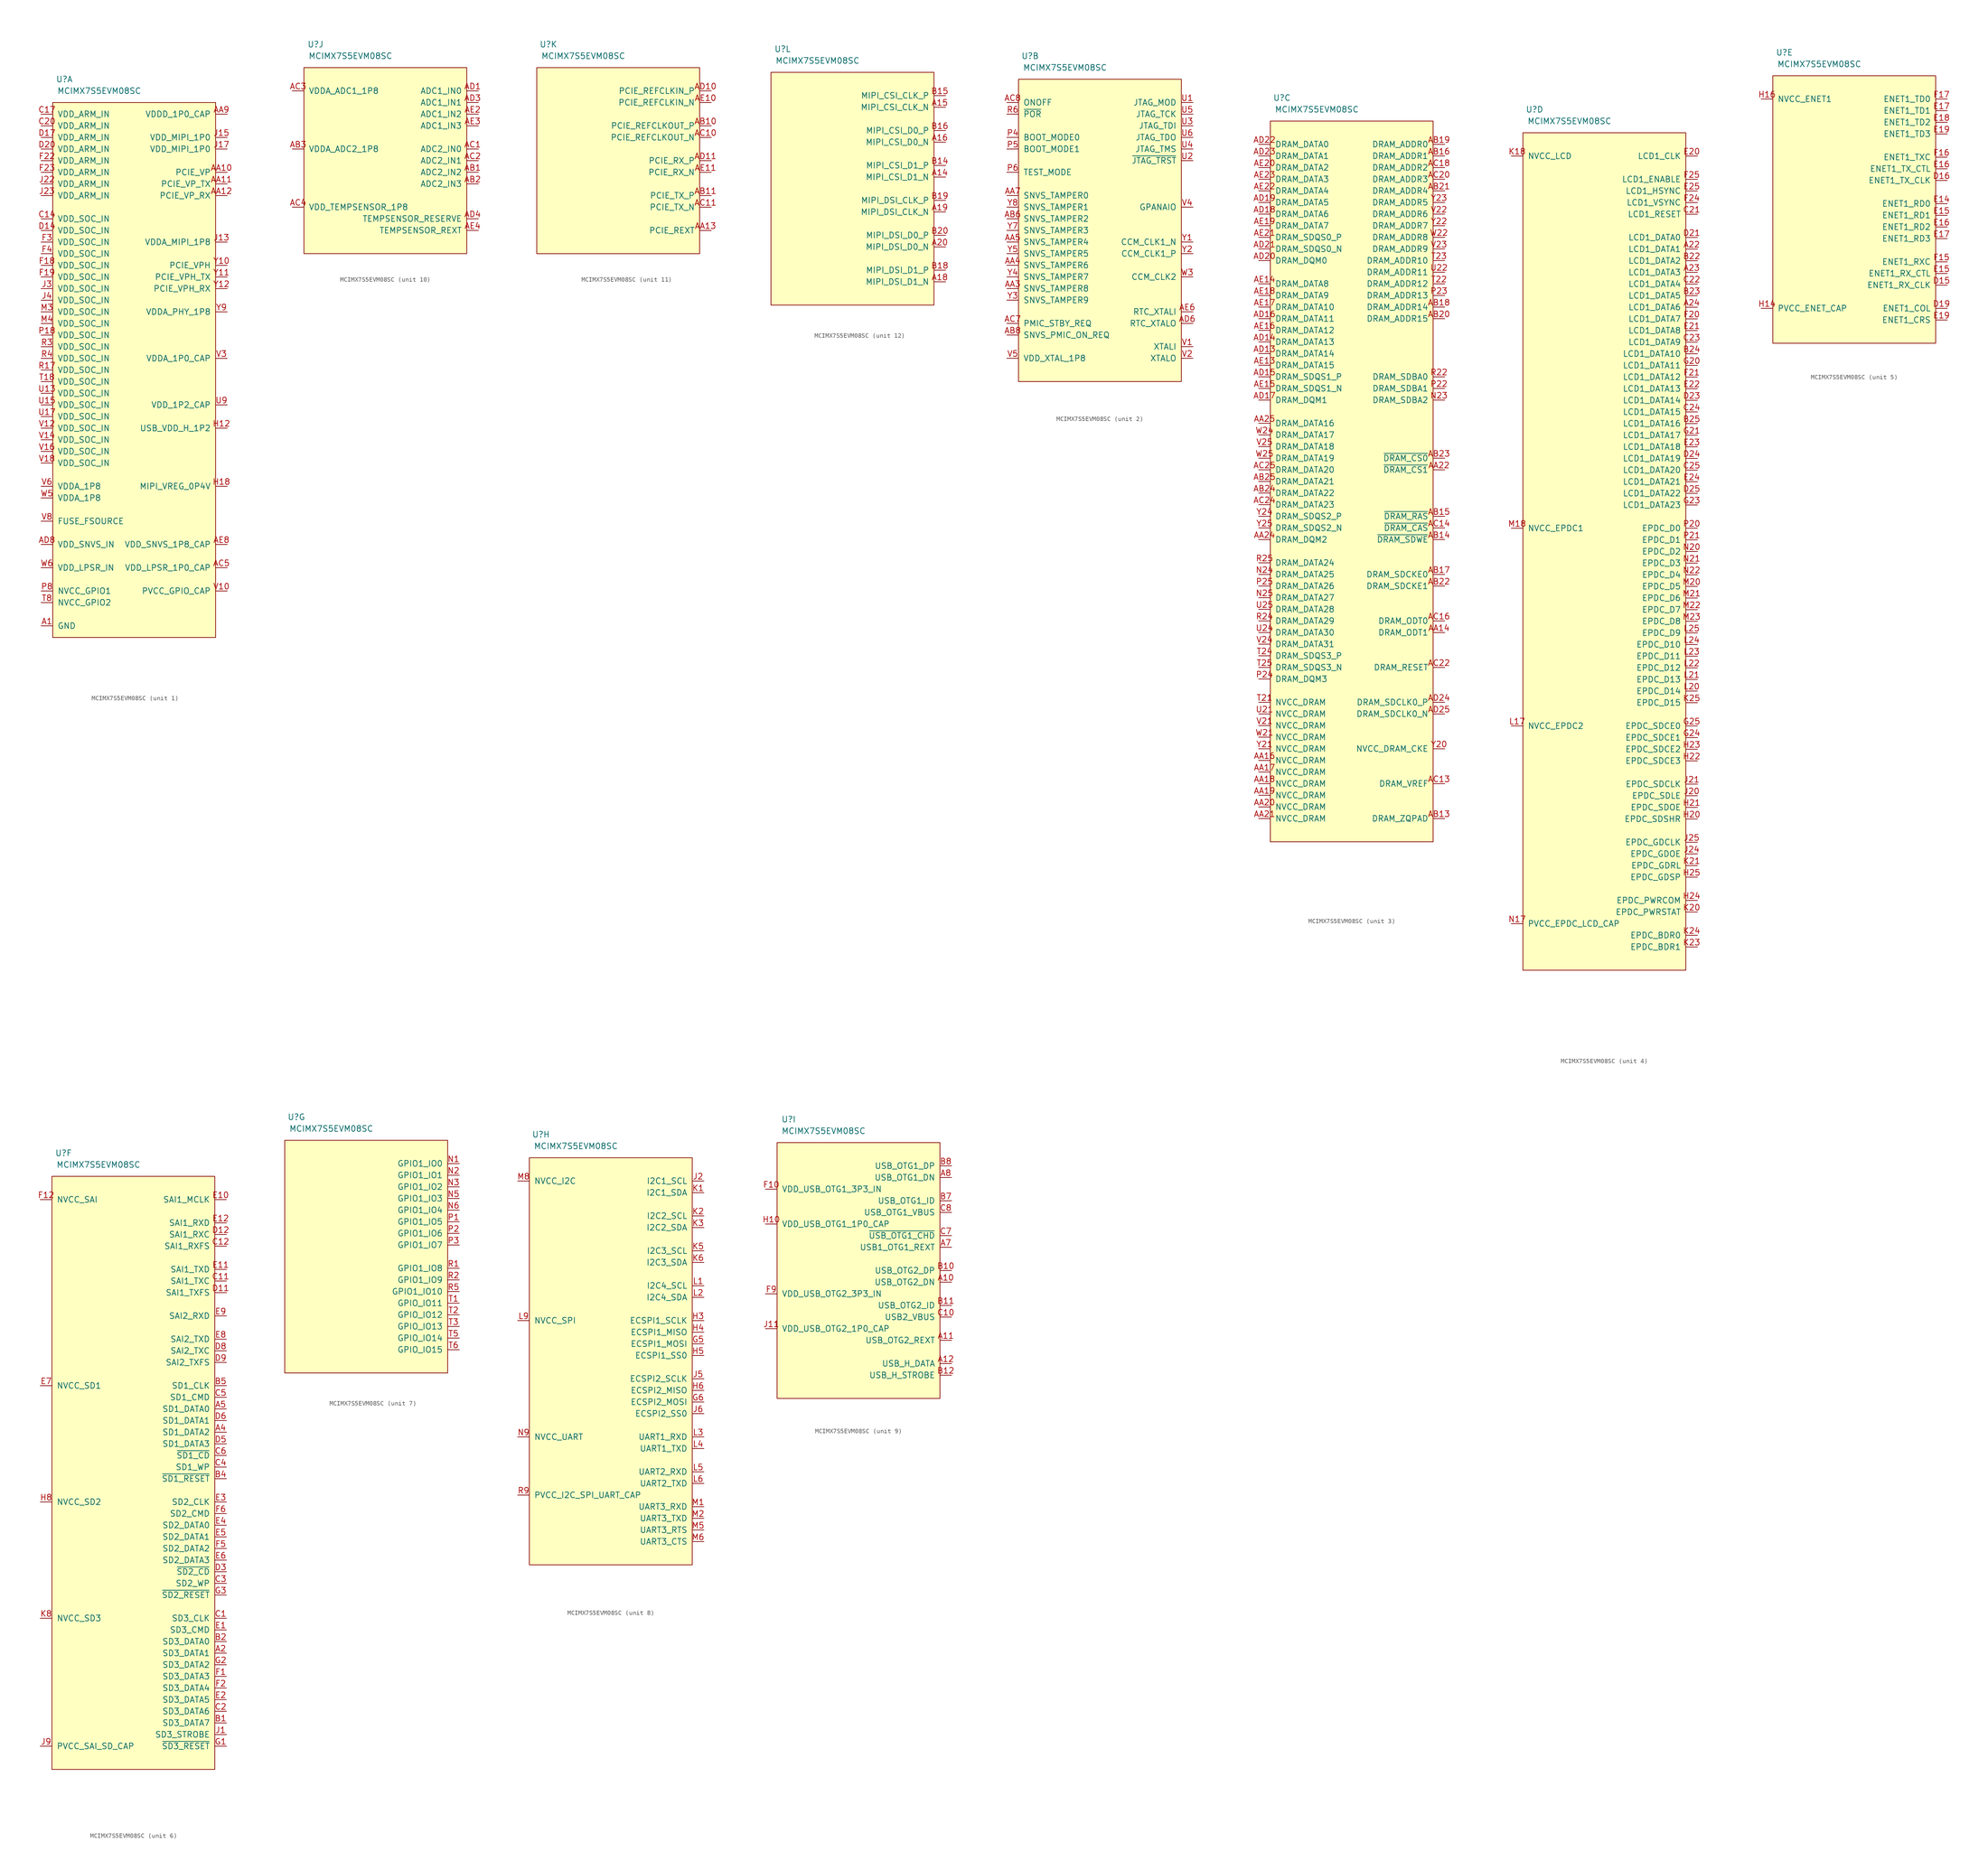
<source format=kicad_sym>
(kicad_symbol_lib
  (version 20220914)
  (generator kicad_symbol_editor)
  (symbol "MCIMX7S5EVM08SC"
    (pin_names
      (offset 1.016))
    (property "Reference" "U"
      (at -15.24 60.96 0)
      (effects (font (size 1.27 1.27))))
    (property "Value" "MCIMX7S5EVM08SC"
      (at -7.62 58.42 0)
      (effects (font (size 1.27 1.27))))
    (property "ki_locked" ""
      (at 0 0 0)
      (effects (font (size 1.27 1.27))))
    (symbol "MCIMX7S5EVM08SC_1_1"
      (rectangle (start -17.78 55.88) (end 17.78 -60.96) (stroke (width 0) (type default)) (fill (type background)))
      (pin passive line (at -20.32 -58.42 0) (length 2.54) (name "GND" (effects (font (size 1.27 1.27)))) (number "A1" (effects (font (size 1.27 1.27)))))
      (pin passive line (at -20.32 -58.42 0) (length 2.54) hide (name "GND" (effects (font (size 1.27 1.27)))) (number "A13" (effects (font (size 1.27 1.27)))))
      (pin passive line (at -20.32 -58.42 0) (length 2.54) hide (name "GND" (effects (font (size 1.27 1.27)))) (number "A17" (effects (font (size 1.27 1.27)))))
      (pin passive line (at -20.32 -58.42 0) (length 2.54) hide (name "GND" (effects (font (size 1.27 1.27)))) (number "A21" (effects (font (size 1.27 1.27)))))
      (pin passive line (at -20.32 -58.42 0) (length 2.54) hide (name "GND" (effects (font (size 1.27 1.27)))) (number "A25" (effects (font (size 1.27 1.27)))))
      (pin passive line (at -20.32 -58.42 0) (length 2.54) hide (name "GND" (effects (font (size 1.27 1.27)))) (number "A3" (effects (font (size 1.27 1.27)))))
      (pin passive line (at -20.32 -58.42 0) (length 2.54) hide (name "GND" (effects (font (size 1.27 1.27)))) (number "A6" (effects (font (size 1.27 1.27)))))
      (pin passive line (at -20.32 -58.42 0) (length 2.54) hide (name "GND" (effects (font (size 1.27 1.27)))) (number "A9" (effects (font (size 1.27 1.27)))))
      (pin passive line (at -20.32 -58.42 0) (length 2.54) hide (name "GND" (effects (font (size 1.27 1.27)))) (number "AA1" (effects (font (size 1.27 1.27)))))
      (pin power_in line (at 20.32 40.64 180) (length 2.54) (name "PCIE_VP" (effects (font (size 1.27 1.27)))) (number "AA10" (effects (font (size 1.27 1.27)))))
      (pin power_in line (at 20.32 38.1 180) (length 2.54) (name "PCIE_VP_TX" (effects (font (size 1.27 1.27)))) (number "AA11" (effects (font (size 1.27 1.27)))))
      (pin power_in line (at 20.32 35.56 180) (length 2.54) (name "PCIE_VP_RX" (effects (font (size 1.27 1.27)))) (number "AA12" (effects (font (size 1.27 1.27)))))
      (pin passive line (at -20.32 -58.42 0) (length 2.54) hide (name "GND" (effects (font (size 1.27 1.27)))) (number "AA15" (effects (font (size 1.27 1.27)))))
      (pin passive line (at -20.32 -58.42 0) (length 2.54) hide (name "GND" (effects (font (size 1.27 1.27)))) (number "AA2" (effects (font (size 1.27 1.27)))))
      (pin passive line (at -20.32 -58.42 0) (length 2.54) hide (name "GND" (effects (font (size 1.27 1.27)))) (number "AA23" (effects (font (size 1.27 1.27)))))
      (pin passive line (at -20.32 -58.42 0) (length 2.54) hide (name "GND" (effects (font (size 1.27 1.27)))) (number "AA6" (effects (font (size 1.27 1.27)))))
      (pin passive line (at -20.32 -58.42 0) (length 2.54) hide (name "GND" (effects (font (size 1.27 1.27)))) (number "AA8" (effects (font (size 1.27 1.27)))))
      (pin power_out line (at 20.32 53.34 180) (length 2.54) (name "VDDD_1P0_CAP" (effects (font (size 1.27 1.27)))) (number "AA9" (effects (font (size 1.27 1.27)))))
      (pin passive line (at -20.32 -58.42 0) (length 2.54) hide (name "GND" (effects (font (size 1.27 1.27)))) (number "AB12" (effects (font (size 1.27 1.27)))))
      (pin passive line (at -20.32 -58.42 0) (length 2.54) hide (name "GND" (effects (font (size 1.27 1.27)))) (number "AB4" (effects (font (size 1.27 1.27)))))
      (pin passive line (at -20.32 -58.42 0) (length 2.54) hide (name "GND" (effects (font (size 1.27 1.27)))) (number "AB5" (effects (font (size 1.27 1.27)))))
      (pin passive line (at -20.32 -58.42 0) (length 2.54) hide (name "GND" (effects (font (size 1.27 1.27)))) (number "AB7" (effects (font (size 1.27 1.27)))))
      (pin passive line (at -20.32 -58.42 0) (length 2.54) hide (name "GND" (effects (font (size 1.27 1.27)))) (number "AB9" (effects (font (size 1.27 1.27)))))
      (pin passive line (at -20.32 -58.42 0) (length 2.54) hide (name "GND" (effects (font (size 1.27 1.27)))) (number "AC12" (effects (font (size 1.27 1.27)))))
      (pin passive line (at -20.32 -58.42 0) (length 2.54) hide (name "GND" (effects (font (size 1.27 1.27)))) (number "AC15" (effects (font (size 1.27 1.27)))))
      (pin passive line (at -20.32 -58.42 0) (length 2.54) hide (name "GND" (effects (font (size 1.27 1.27)))) (number "AC17" (effects (font (size 1.27 1.27)))))
      (pin passive line (at -20.32 -58.42 0) (length 2.54) hide (name "GND" (effects (font (size 1.27 1.27)))) (number "AC19" (effects (font (size 1.27 1.27)))))
      (pin passive line (at -20.32 -58.42 0) (length 2.54) hide (name "GND" (effects (font (size 1.27 1.27)))) (number "AC21" (effects (font (size 1.27 1.27)))))
      (pin passive line (at -20.32 -58.42 0) (length 2.54) hide (name "GND" (effects (font (size 1.27 1.27)))) (number "AC23" (effects (font (size 1.27 1.27)))))
      (pin power_out line (at 20.32 -45.72 180) (length 2.54) (name "VDD_LPSR_1P0_CAP" (effects (font (size 1.27 1.27)))) (number "AC5" (effects (font (size 1.27 1.27)))))
      (pin passive line (at -20.32 -58.42 0) (length 2.54) hide (name "GND" (effects (font (size 1.27 1.27)))) (number "AC6" (effects (font (size 1.27 1.27)))))
      (pin passive line (at -20.32 -58.42 0) (length 2.54) hide (name "GND" (effects (font (size 1.27 1.27)))) (number "AC9" (effects (font (size 1.27 1.27)))))
      (pin passive line (at -20.32 -58.42 0) (length 2.54) hide (name "GND" (effects (font (size 1.27 1.27)))) (number "AD12" (effects (font (size 1.27 1.27)))))
      (pin passive line (at -20.32 -58.42 0) (length 2.54) hide (name "GND" (effects (font (size 1.27 1.27)))) (number "AD2" (effects (font (size 1.27 1.27)))))
      (pin passive line (at -20.32 -58.42 0) (length 2.54) hide (name "GND" (effects (font (size 1.27 1.27)))) (number "AD5" (effects (font (size 1.27 1.27)))))
      (pin passive line (at -20.32 -58.42 0) (length 2.54) hide (name "GND" (effects (font (size 1.27 1.27)))) (number "AD7" (effects (font (size 1.27 1.27)))))
      (pin power_in line (at -20.32 -40.64 0) (length 2.54) (name "VDD_SNVS_IN" (effects (font (size 1.27 1.27)))) (number "AD8" (effects (font (size 1.27 1.27)))))
      (pin passive line (at -20.32 -58.42 0) (length 2.54) hide (name "GND" (effects (font (size 1.27 1.27)))) (number "AD9" (effects (font (size 1.27 1.27)))))
      (pin passive line (at -20.32 -58.42 0) (length 2.54) hide (name "GND" (effects (font (size 1.27 1.27)))) (number "AE1" (effects (font (size 1.27 1.27)))))
      (pin passive line (at -20.32 -58.42 0) (length 2.54) hide (name "GND" (effects (font (size 1.27 1.27)))) (number "AE12" (effects (font (size 1.27 1.27)))))
      (pin passive line (at -20.32 -58.42 0) (length 2.54) hide (name "GND" (effects (font (size 1.27 1.27)))) (number "AE24" (effects (font (size 1.27 1.27)))))
      (pin passive line (at -20.32 -58.42 0) (length 2.54) hide (name "GND" (effects (font (size 1.27 1.27)))) (number "AE25" (effects (font (size 1.27 1.27)))))
      (pin passive line (at -20.32 -58.42 0) (length 2.54) hide (name "GND" (effects (font (size 1.27 1.27)))) (number "AE5" (effects (font (size 1.27 1.27)))))
      (pin passive line (at -20.32 -58.42 0) (length 2.54) hide (name "GND" (effects (font (size 1.27 1.27)))) (number "AE7" (effects (font (size 1.27 1.27)))))
      (pin power_out line (at 20.32 -40.64 180) (length 2.54) (name "VDD_SNVS_1P8_CAP" (effects (font (size 1.27 1.27)))) (number "AE8" (effects (font (size 1.27 1.27)))))
      (pin passive line (at -20.32 -58.42 0) (length 2.54) hide (name "GND" (effects (font (size 1.27 1.27)))) (number "AE9" (effects (font (size 1.27 1.27)))))
      (pin passive line (at -20.32 -58.42 0) (length 2.54) hide (name "GND" (effects (font (size 1.27 1.27)))) (number "B13" (effects (font (size 1.27 1.27)))))
      (pin passive line (at -20.32 -58.42 0) (length 2.54) hide (name "GND" (effects (font (size 1.27 1.27)))) (number "B17" (effects (font (size 1.27 1.27)))))
      (pin passive line (at -20.32 -58.42 0) (length 2.54) hide (name "GND" (effects (font (size 1.27 1.27)))) (number "B21" (effects (font (size 1.27 1.27)))))
      (pin passive line (at -20.32 -58.42 0) (length 2.54) hide (name "GND" (effects (font (size 1.27 1.27)))) (number "B3" (effects (font (size 1.27 1.27)))))
      (pin passive line (at -20.32 -58.42 0) (length 2.54) hide (name "GND" (effects (font (size 1.27 1.27)))) (number "B6" (effects (font (size 1.27 1.27)))))
      (pin passive line (at -20.32 -58.42 0) (length 2.54) hide (name "GND" (effects (font (size 1.27 1.27)))) (number "B9" (effects (font (size 1.27 1.27)))))
      (pin passive line (at -20.32 -58.42 0) (length 2.54) hide (name "GND" (effects (font (size 1.27 1.27)))) (number "C13" (effects (font (size 1.27 1.27)))))
      (pin power_in line (at -20.32 30.48 0) (length 2.54) (name "VDD_SOC_IN" (effects (font (size 1.27 1.27)))) (number "C14" (effects (font (size 1.27 1.27)))))
      (pin passive line (at -20.32 -58.42 0) (length 2.54) hide (name "GND" (effects (font (size 1.27 1.27)))) (number "C15" (effects (font (size 1.27 1.27)))))
      (pin passive line (at -20.32 -58.42 0) (length 2.54) hide (name "GND" (effects (font (size 1.27 1.27)))) (number "C16" (effects (font (size 1.27 1.27)))))
      (pin power_in line (at -20.32 53.34 0) (length 2.54) (name "VDD_ARM_IN" (effects (font (size 1.27 1.27)))) (number "C17" (effects (font (size 1.27 1.27)))))
      (pin passive line (at -20.32 -58.42 0) (length 2.54) hide (name "GND" (effects (font (size 1.27 1.27)))) (number "C18" (effects (font (size 1.27 1.27)))))
      (pin passive line (at -20.32 -58.42 0) (length 2.54) hide (name "GND" (effects (font (size 1.27 1.27)))) (number "C19" (effects (font (size 1.27 1.27)))))
      (pin power_in line (at -20.32 50.8 0) (length 2.54) (name "VDD_ARM_IN" (effects (font (size 1.27 1.27)))) (number "C20" (effects (font (size 1.27 1.27)))))
      (pin passive line (at -20.32 -58.42 0) (length 2.54) hide (name "GND" (effects (font (size 1.27 1.27)))) (number "C9" (effects (font (size 1.27 1.27)))))
      (pin passive line (at -20.32 -58.42 0) (length 2.54) hide (name "GND" (effects (font (size 1.27 1.27)))) (number "D1" (effects (font (size 1.27 1.27)))))
      (pin passive line (at -20.32 -58.42 0) (length 2.54) hide (name "GND" (effects (font (size 1.27 1.27)))) (number "D10" (effects (font (size 1.27 1.27)))))
      (pin power_in line (at -20.32 27.94 0) (length 2.54) (name "VDD_SOC_IN" (effects (font (size 1.27 1.27)))) (number "D14" (effects (font (size 1.27 1.27)))))
      (pin power_in line (at -20.32 48.26 0) (length 2.54) (name "VDD_ARM_IN" (effects (font (size 1.27 1.27)))) (number "D17" (effects (font (size 1.27 1.27)))))
      (pin passive line (at -20.32 -58.42 0) (length 2.54) hide (name "GND" (effects (font (size 1.27 1.27)))) (number "D2" (effects (font (size 1.27 1.27)))))
      (pin power_in line (at -20.32 45.72 0) (length 2.54) (name "VDD_ARM_IN" (effects (font (size 1.27 1.27)))) (number "D20" (effects (font (size 1.27 1.27)))))
      (pin passive line (at -20.32 -58.42 0) (length 2.54) hide (name "GND" (effects (font (size 1.27 1.27)))) (number "D22" (effects (font (size 1.27 1.27)))))
      (pin passive line (at -20.32 -58.42 0) (length 2.54) hide (name "GND" (effects (font (size 1.27 1.27)))) (number "D4" (effects (font (size 1.27 1.27)))))
      (pin passive line (at -20.32 -58.42 0) (length 2.54) hide (name "GND" (effects (font (size 1.27 1.27)))) (number "D7" (effects (font (size 1.27 1.27)))))
      (pin passive line (at -20.32 -58.42 0) (length 2.54) hide (name "GND" (effects (font (size 1.27 1.27)))) (number "F11" (effects (font (size 1.27 1.27)))))
      (pin passive line (at -20.32 -58.42 0) (length 2.54) hide (name "GND" (effects (font (size 1.27 1.27)))) (number "F13" (effects (font (size 1.27 1.27)))))
      (pin power_in line (at -20.32 20.32 0) (length 2.54) (name "VDD_SOC_IN" (effects (font (size 1.27 1.27)))) (number "F18" (effects (font (size 1.27 1.27)))))
      (pin power_in line (at -20.32 17.78 0) (length 2.54) (name "VDD_SOC_IN" (effects (font (size 1.27 1.27)))) (number "F19" (effects (font (size 1.27 1.27)))))
      (pin power_in line (at -20.32 43.18 0) (length 2.54) (name "VDD_ARM_IN" (effects (font (size 1.27 1.27)))) (number "F22" (effects (font (size 1.27 1.27)))))
      (pin power_in line (at -20.32 40.64 0) (length 2.54) (name "VDD_ARM_IN" (effects (font (size 1.27 1.27)))) (number "F23" (effects (font (size 1.27 1.27)))))
      (pin power_in line (at -20.32 25.4 0) (length 2.54) (name "VDD_SOC_IN" (effects (font (size 1.27 1.27)))) (number "F3" (effects (font (size 1.27 1.27)))))
      (pin power_in line (at -20.32 22.86 0) (length 2.54) (name "VDD_SOC_IN" (effects (font (size 1.27 1.27)))) (number "F4" (effects (font (size 1.27 1.27)))))
      (pin passive line (at -20.32 -58.42 0) (length 2.54) hide (name "GND" (effects (font (size 1.27 1.27)))) (number "F7" (effects (font (size 1.27 1.27)))))
      (pin passive line (at -20.32 -58.42 0) (length 2.54) hide (name "GND" (effects (font (size 1.27 1.27)))) (number "F8" (effects (font (size 1.27 1.27)))))
      (pin passive line (at -20.32 -58.42 0) (length 2.54) hide (name "GND" (effects (font (size 1.27 1.27)))) (number "G11" (effects (font (size 1.27 1.27)))))
      (pin passive line (at -20.32 -58.42 0) (length 2.54) hide (name "GND" (effects (font (size 1.27 1.27)))) (number "G13" (effects (font (size 1.27 1.27)))))
      (pin passive line (at -20.32 -58.42 0) (length 2.54) hide (name "GND" (effects (font (size 1.27 1.27)))) (number "G15" (effects (font (size 1.27 1.27)))))
      (pin passive line (at -20.32 -58.42 0) (length 2.54) hide (name "GND" (effects (font (size 1.27 1.27)))) (number "G17" (effects (font (size 1.27 1.27)))))
      (pin passive line (at -20.32 -58.42 0) (length 2.54) hide (name "GND" (effects (font (size 1.27 1.27)))) (number "G19" (effects (font (size 1.27 1.27)))))
      (pin passive line (at -20.32 -58.42 0) (length 2.54) hide (name "GND" (effects (font (size 1.27 1.27)))) (number "G22" (effects (font (size 1.27 1.27)))))
      (pin passive line (at -20.32 -58.42 0) (length 2.54) hide (name "GND" (effects (font (size 1.27 1.27)))) (number "G4" (effects (font (size 1.27 1.27)))))
      (pin passive line (at -20.32 -58.42 0) (length 2.54) hide (name "GND" (effects (font (size 1.27 1.27)))) (number "G7" (effects (font (size 1.27 1.27)))))
      (pin passive line (at -20.32 -58.42 0) (length 2.54) hide (name "GND" (effects (font (size 1.27 1.27)))) (number "G9" (effects (font (size 1.27 1.27)))))
      (pin passive line (at -20.32 -58.42 0) (length 2.54) hide (name "GND" (effects (font (size 1.27 1.27)))) (number "H1" (effects (font (size 1.27 1.27)))))
      (pin power_in line (at 20.32 -15.24 180) (length 2.54) (name "USB_VDD_H_1P2" (effects (font (size 1.27 1.27)))) (number "H12" (effects (font (size 1.27 1.27)))))
      (pin power_out line (at 20.32 -27.94 180) (length 2.54) (name "MIPI_VREG_0P4V" (effects (font (size 1.27 1.27)))) (number "H18" (effects (font (size 1.27 1.27)))))
      (pin passive line (at -20.32 -58.42 0) (length 2.54) hide (name "GND" (effects (font (size 1.27 1.27)))) (number "H2" (effects (font (size 1.27 1.27)))))
      (pin power_in line (at 20.32 25.4 180) (length 2.54) (name "VDDA_MIPI_1P8" (effects (font (size 1.27 1.27)))) (number "J13" (effects (font (size 1.27 1.27)))))
      (pin power_out line (at 20.32 48.26 180) (length 2.54) (name "VDD_MIPI_1P0" (effects (font (size 1.27 1.27)))) (number "J15" (effects (font (size 1.27 1.27)))))
      (pin power_in line (at 20.32 45.72 180) (length 2.54) (name "VDD_MIPI_1P0" (effects (font (size 1.27 1.27)))) (number "J17" (effects (font (size 1.27 1.27)))))
      (pin passive line (at -20.32 -58.42 0) (length 2.54) hide (name "GND" (effects (font (size 1.27 1.27)))) (number "J19" (effects (font (size 1.27 1.27)))))
      (pin power_in line (at -20.32 38.1 0) (length 2.54) (name "VDD_ARM_IN" (effects (font (size 1.27 1.27)))) (number "J22" (effects (font (size 1.27 1.27)))))
      (pin power_in line (at -20.32 35.56 0) (length 2.54) (name "VDD_ARM_IN" (effects (font (size 1.27 1.27)))) (number "J23" (effects (font (size 1.27 1.27)))))
      (pin power_in line (at -20.32 15.24 0) (length 2.54) (name "VDD_SOC_IN" (effects (font (size 1.27 1.27)))) (number "J3" (effects (font (size 1.27 1.27)))))
      (pin power_in line (at -20.32 12.7 0) (length 2.54) (name "VDD_SOC_IN" (effects (font (size 1.27 1.27)))) (number "J4" (effects (font (size 1.27 1.27)))))
      (pin passive line (at -20.32 -58.42 0) (length 2.54) hide (name "GND" (effects (font (size 1.27 1.27)))) (number "J7" (effects (font (size 1.27 1.27)))))
      (pin passive line (at -20.32 -58.42 0) (length 2.54) hide (name "GND" (effects (font (size 1.27 1.27)))) (number "K10" (effects (font (size 1.27 1.27)))))
      (pin passive line (at -20.32 -58.42 0) (length 2.54) hide (name "GND" (effects (font (size 1.27 1.27)))) (number "K12" (effects (font (size 1.27 1.27)))))
      (pin passive line (at -20.32 -58.42 0) (length 2.54) hide (name "GND" (effects (font (size 1.27 1.27)))) (number "K14" (effects (font (size 1.27 1.27)))))
      (pin passive line (at -20.32 -58.42 0) (length 2.54) hide (name "GND" (effects (font (size 1.27 1.27)))) (number "K16" (effects (font (size 1.27 1.27)))))
      (pin passive line (at -20.32 -58.42 0) (length 2.54) hide (name "GND" (effects (font (size 1.27 1.27)))) (number "K22" (effects (font (size 1.27 1.27)))))
      (pin passive line (at -20.32 -58.42 0) (length 2.54) hide (name "GND" (effects (font (size 1.27 1.27)))) (number "K4" (effects (font (size 1.27 1.27)))))
      (pin passive line (at -20.32 -58.42 0) (length 2.54) hide (name "GND" (effects (font (size 1.27 1.27)))) (number "L11" (effects (font (size 1.27 1.27)))))
      (pin passive line (at -20.32 -58.42 0) (length 2.54) hide (name "GND" (effects (font (size 1.27 1.27)))) (number "L13" (effects (font (size 1.27 1.27)))))
      (pin passive line (at -20.32 -58.42 0) (length 2.54) hide (name "GND" (effects (font (size 1.27 1.27)))) (number "L15" (effects (font (size 1.27 1.27)))))
      (pin passive line (at -20.32 -58.42 0) (length 2.54) hide (name "GND" (effects (font (size 1.27 1.27)))) (number "L19" (effects (font (size 1.27 1.27)))))
      (pin passive line (at -20.32 -58.42 0) (length 2.54) hide (name "GND" (effects (font (size 1.27 1.27)))) (number "L7" (effects (font (size 1.27 1.27)))))
      (pin passive line (at -20.32 -58.42 0) (length 2.54) hide (name "GND" (effects (font (size 1.27 1.27)))) (number "M10" (effects (font (size 1.27 1.27)))))
      (pin passive line (at -20.32 -58.42 0) (length 2.54) hide (name "GND" (effects (font (size 1.27 1.27)))) (number "M12" (effects (font (size 1.27 1.27)))))
      (pin passive line (at -20.32 -58.42 0) (length 2.54) hide (name "GND" (effects (font (size 1.27 1.27)))) (number "M14" (effects (font (size 1.27 1.27)))))
      (pin passive line (at -20.32 -58.42 0) (length 2.54) hide (name "GND" (effects (font (size 1.27 1.27)))) (number "M16" (effects (font (size 1.27 1.27)))))
      (pin passive line (at -20.32 -58.42 0) (length 2.54) hide (name "GND" (effects (font (size 1.27 1.27)))) (number "M24" (effects (font (size 1.27 1.27)))))
      (pin passive line (at -20.32 -58.42 0) (length 2.54) hide (name "GND" (effects (font (size 1.27 1.27)))) (number "M25" (effects (font (size 1.27 1.27)))))
      (pin power_in line (at -20.32 10.16 0) (length 2.54) (name "VDD_SOC_IN" (effects (font (size 1.27 1.27)))) (number "M3" (effects (font (size 1.27 1.27)))))
      (pin power_in line (at -20.32 7.62 0) (length 2.54) (name "VDD_SOC_IN" (effects (font (size 1.27 1.27)))) (number "M4" (effects (font (size 1.27 1.27)))))
      (pin passive line (at -20.32 -58.42 0) (length 2.54) hide (name "GND" (effects (font (size 1.27 1.27)))) (number "N11" (effects (font (size 1.27 1.27)))))
      (pin passive line (at -20.32 -58.42 0) (length 2.54) hide (name "GND" (effects (font (size 1.27 1.27)))) (number "N13" (effects (font (size 1.27 1.27)))))
      (pin passive line (at -20.32 -58.42 0) (length 2.54) hide (name "GND" (effects (font (size 1.27 1.27)))) (number "N15" (effects (font (size 1.27 1.27)))))
      (pin passive line (at -20.32 -58.42 0) (length 2.54) hide (name "GND" (effects (font (size 1.27 1.27)))) (number "N19" (effects (font (size 1.27 1.27)))))
      (pin passive line (at -20.32 -58.42 0) (length 2.54) hide (name "GND" (effects (font (size 1.27 1.27)))) (number "N4" (effects (font (size 1.27 1.27)))))
      (pin passive line (at -20.32 -58.42 0) (length 2.54) hide (name "GND" (effects (font (size 1.27 1.27)))) (number "N7" (effects (font (size 1.27 1.27)))))
      (pin passive line (at -20.32 -58.42 0) (length 2.54) hide (name "GND" (effects (font (size 1.27 1.27)))) (number "P10" (effects (font (size 1.27 1.27)))))
      (pin passive line (at -20.32 -58.42 0) (length 2.54) hide (name "GND" (effects (font (size 1.27 1.27)))) (number "P12" (effects (font (size 1.27 1.27)))))
      (pin passive line (at -20.32 -58.42 0) (length 2.54) hide (name "GND" (effects (font (size 1.27 1.27)))) (number "P14" (effects (font (size 1.27 1.27)))))
      (pin passive line (at -20.32 -58.42 0) (length 2.54) hide (name "GND" (effects (font (size 1.27 1.27)))) (number "P16" (effects (font (size 1.27 1.27)))))
      (pin power_in line (at -20.32 5.08 0) (length 2.54) (name "VDD_SOC_IN" (effects (font (size 1.27 1.27)))) (number "P18" (effects (font (size 1.27 1.27)))))
      (pin power_in line (at -20.32 -50.8 0) (length 2.54) (name "NVCC_GPIO1" (effects (font (size 1.27 1.27)))) (number "P8" (effects (font (size 1.27 1.27)))))
      (pin passive line (at -20.32 -58.42 0) (length 2.54) hide (name "GND" (effects (font (size 1.27 1.27)))) (number "R11" (effects (font (size 1.27 1.27)))))
      (pin passive line (at -20.32 -58.42 0) (length 2.54) hide (name "GND" (effects (font (size 1.27 1.27)))) (number "R13" (effects (font (size 1.27 1.27)))))
      (pin passive line (at -20.32 -58.42 0) (length 2.54) hide (name "GND" (effects (font (size 1.27 1.27)))) (number "R15" (effects (font (size 1.27 1.27)))))
      (pin power_in line (at -20.32 -2.54 0) (length 2.54) (name "VDD_SOC_IN" (effects (font (size 1.27 1.27)))) (number "R17" (effects (font (size 1.27 1.27)))))
      (pin passive line (at -20.32 -58.42 0) (length 2.54) hide (name "GND" (effects (font (size 1.27 1.27)))) (number "R19" (effects (font (size 1.27 1.27)))))
      (pin passive line (at -20.32 -58.42 0) (length 2.54) hide (name "GND" (effects (font (size 1.27 1.27)))) (number "R19" (effects (font (size 1.27 1.27)))))
      (pin passive line (at -20.32 -58.42 0) (length 2.54) hide (name "GND" (effects (font (size 1.27 1.27)))) (number "R20" (effects (font (size 1.27 1.27)))))
      (pin passive line (at -20.32 -58.42 0) (length 2.54) hide (name "GND" (effects (font (size 1.27 1.27)))) (number "R21" (effects (font (size 1.27 1.27)))))
      (pin passive line (at -20.32 -58.42 0) (length 2.54) hide (name "GND" (effects (font (size 1.27 1.27)))) (number "R23" (effects (font (size 1.27 1.27)))))
      (pin power_in line (at -20.32 2.54 0) (length 2.54) (name "VDD_SOC_IN" (effects (font (size 1.27 1.27)))) (number "R3" (effects (font (size 1.27 1.27)))))
      (pin power_in line (at -20.32 0 0) (length 2.54) (name "VDD_SOC_IN" (effects (font (size 1.27 1.27)))) (number "R4" (effects (font (size 1.27 1.27)))))
      (pin passive line (at -20.32 -58.42 0) (length 2.54) hide (name "GND" (effects (font (size 1.27 1.27)))) (number "R7" (effects (font (size 1.27 1.27)))))
      (pin passive line (at -20.32 -58.42 0) (length 2.54) hide (name "GND" (effects (font (size 1.27 1.27)))) (number "T10" (effects (font (size 1.27 1.27)))))
      (pin passive line (at -20.32 -58.42 0) (length 2.54) hide (name "GND" (effects (font (size 1.27 1.27)))) (number "T12" (effects (font (size 1.27 1.27)))))
      (pin passive line (at -20.32 -58.42 0) (length 2.54) hide (name "GND" (effects (font (size 1.27 1.27)))) (number "T14" (effects (font (size 1.27 1.27)))))
      (pin passive line (at -20.32 -58.42 0) (length 2.54) hide (name "GND" (effects (font (size 1.27 1.27)))) (number "T16" (effects (font (size 1.27 1.27)))))
      (pin power_in line (at -20.32 -5.08 0) (length 2.54) (name "VDD_SOC_IN" (effects (font (size 1.27 1.27)))) (number "T18" (effects (font (size 1.27 1.27)))))
      (pin passive line (at -20.32 -58.42 0) (length 2.54) hide (name "GND" (effects (font (size 1.27 1.27)))) (number "T20" (effects (font (size 1.27 1.27)))))
      (pin passive line (at -20.32 -58.42 0) (length 2.54) hide (name "GND" (effects (font (size 1.27 1.27)))) (number "T4" (effects (font (size 1.27 1.27)))))
      (pin power_in line (at -20.32 -53.34 0) (length 2.54) (name "NVCC_GPIO2" (effects (font (size 1.27 1.27)))) (number "T8" (effects (font (size 1.27 1.27)))))
      (pin passive line (at -20.32 -58.42 0) (length 2.54) hide (name "GND" (effects (font (size 1.27 1.27)))) (number "U11" (effects (font (size 1.27 1.27)))))
      (pin power_in line (at -20.32 -7.62 0) (length 2.54) (name "VDD_SOC_IN" (effects (font (size 1.27 1.27)))) (number "U13" (effects (font (size 1.27 1.27)))))
      (pin power_in line (at -20.32 -10.16 0) (length 2.54) (name "VDD_SOC_IN" (effects (font (size 1.27 1.27)))) (number "U15" (effects (font (size 1.27 1.27)))))
      (pin power_in line (at -20.32 -12.7 0) (length 2.54) (name "VDD_SOC_IN" (effects (font (size 1.27 1.27)))) (number "U17" (effects (font (size 1.27 1.27)))))
      (pin passive line (at -20.32 -58.42 0) (length 2.54) hide (name "GND" (effects (font (size 1.27 1.27)))) (number "U19" (effects (font (size 1.27 1.27)))))
      (pin passive line (at -20.32 -58.42 0) (length 2.54) hide (name "GND" (effects (font (size 1.27 1.27)))) (number "U20" (effects (font (size 1.27 1.27)))))
      (pin passive line (at -20.32 -58.42 0) (length 2.54) hide (name "GND" (effects (font (size 1.27 1.27)))) (number "U23" (effects (font (size 1.27 1.27)))))
      (pin passive line (at -20.32 -58.42 0) (length 2.54) hide (name "GND" (effects (font (size 1.27 1.27)))) (number "U7" (effects (font (size 1.27 1.27)))))
      (pin power_out line (at 20.32 -10.16 180) (length 2.54) (name "VDD_1P2_CAP" (effects (font (size 1.27 1.27)))) (number "U9" (effects (font (size 1.27 1.27)))))
      (pin power_out line (at 20.32 -50.8 180) (length 2.54) (name "PVCC_GPIO_CAP" (effects (font (size 1.27 1.27)))) (number "V10" (effects (font (size 1.27 1.27)))))
      (pin power_in line (at -20.32 -15.24 0) (length 2.54) (name "VDD_SOC_IN" (effects (font (size 1.27 1.27)))) (number "V12" (effects (font (size 1.27 1.27)))))
      (pin power_in line (at -20.32 -17.78 0) (length 2.54) (name "VDD_SOC_IN" (effects (font (size 1.27 1.27)))) (number "V14" (effects (font (size 1.27 1.27)))))
      (pin power_in line (at -20.32 -20.32 0) (length 2.54) (name "VDD_SOC_IN" (effects (font (size 1.27 1.27)))) (number "V16" (effects (font (size 1.27 1.27)))))
      (pin power_in line (at -20.32 -22.86 0) (length 2.54) (name "VDD_SOC_IN" (effects (font (size 1.27 1.27)))) (number "V18" (effects (font (size 1.27 1.27)))))
      (pin passive line (at -20.32 -58.42 0) (length 2.54) hide (name "GND" (effects (font (size 1.27 1.27)))) (number "V20" (effects (font (size 1.27 1.27)))))
      (pin power_out line (at 20.32 0 180) (length 2.54) (name "VDDA_1P0_CAP" (effects (font (size 1.27 1.27)))) (number "V3" (effects (font (size 1.27 1.27)))))
      (pin power_in line (at -20.32 -27.94 0) (length 2.54) (name "VDDA_1P8" (effects (font (size 1.27 1.27)))) (number "V6" (effects (font (size 1.27 1.27)))))
      (pin power_in line (at -20.32 -35.56 0) (length 2.54) (name "FUSE_FSOURCE" (effects (font (size 1.27 1.27)))) (number "V8" (effects (font (size 1.27 1.27)))))
      (pin passive line (at -20.32 -58.42 0) (length 2.54) hide (name "GND" (effects (font (size 1.27 1.27)))) (number "W1" (effects (font (size 1.27 1.27)))))
      (pin passive line (at -20.32 -58.42 0) (length 2.54) hide (name "GND" (effects (font (size 1.27 1.27)))) (number "W11" (effects (font (size 1.27 1.27)))))
      (pin passive line (at -20.32 -58.42 0) (length 2.54) hide (name "GND" (effects (font (size 1.27 1.27)))) (number "W13" (effects (font (size 1.27 1.27)))))
      (pin passive line (at -20.32 -58.42 0) (length 2.54) hide (name "GND" (effects (font (size 1.27 1.27)))) (number "W15" (effects (font (size 1.27 1.27)))))
      (pin passive line (at -20.32 -58.42 0) (length 2.54) hide (name "GND" (effects (font (size 1.27 1.27)))) (number "W17" (effects (font (size 1.27 1.27)))))
      (pin passive line (at -20.32 -58.42 0) (length 2.54) hide (name "GND" (effects (font (size 1.27 1.27)))) (number "W19" (effects (font (size 1.27 1.27)))))
      (pin passive line (at -20.32 -58.42 0) (length 2.54) hide (name "GND" (effects (font (size 1.27 1.27)))) (number "W2" (effects (font (size 1.27 1.27)))))
      (pin passive line (at -20.32 -58.42 0) (length 2.54) hide (name "GND" (effects (font (size 1.27 1.27)))) (number "W20" (effects (font (size 1.27 1.27)))))
      (pin passive line (at -20.32 -58.42 0) (length 2.54) hide (name "GND" (effects (font (size 1.27 1.27)))) (number "W23" (effects (font (size 1.27 1.27)))))
      (pin passive line (at -20.32 -58.42 0) (length 2.54) hide (name "GND" (effects (font (size 1.27 1.27)))) (number "W4" (effects (font (size 1.27 1.27)))))
      (pin power_in line (at -20.32 -30.48 0) (length 2.54) (name "VDDA_1P8" (effects (font (size 1.27 1.27)))) (number "W5" (effects (font (size 1.27 1.27)))))
      (pin power_in line (at -20.32 -45.72 0) (length 2.54) (name "VDD_LPSR_IN" (effects (font (size 1.27 1.27)))) (number "W6" (effects (font (size 1.27 1.27)))))
      (pin passive line (at -20.32 -58.42 0) (length 2.54) hide (name "GND" (effects (font (size 1.27 1.27)))) (number "W7" (effects (font (size 1.27 1.27)))))
      (pin passive line (at -20.32 -58.42 0) (length 2.54) hide (name "GND" (effects (font (size 1.27 1.27)))) (number "W9" (effects (font (size 1.27 1.27)))))
      (pin power_in line (at 20.32 20.32 180) (length 2.54) (name "PCIE_VPH" (effects (font (size 1.27 1.27)))) (number "Y10" (effects (font (size 1.27 1.27)))))
      (pin power_in line (at 20.32 17.78 180) (length 2.54) (name "PCIE_VPH_TX" (effects (font (size 1.27 1.27)))) (number "Y11" (effects (font (size 1.27 1.27)))))
      (pin power_in line (at 20.32 15.24 180) (length 2.54) (name "PCIE_VPH_RX" (effects (font (size 1.27 1.27)))) (number "Y12" (effects (font (size 1.27 1.27)))))
      (pin passive line (at -20.32 -58.42 0) (length 2.54) hide (name "GND" (effects (font (size 1.27 1.27)))) (number "Y13" (effects (font (size 1.27 1.27)))))
      (pin passive line (at -20.32 -58.42 0) (length 2.54) hide (name "GND" (effects (font (size 1.27 1.27)))) (number "Y14" (effects (font (size 1.27 1.27)))))
      (pin passive line (at -20.32 -58.42 0) (length 2.54) hide (name "GND" (effects (font (size 1.27 1.27)))) (number "Y15" (effects (font (size 1.27 1.27)))))
      (pin passive line (at -20.32 -58.42 0) (length 2.54) hide (name "GND" (effects (font (size 1.27 1.27)))) (number "Y16" (effects (font (size 1.27 1.27)))))
      (pin passive line (at -20.32 -58.42 0) (length 2.54) hide (name "GND" (effects (font (size 1.27 1.27)))) (number "Y17" (effects (font (size 1.27 1.27)))))
      (pin passive line (at -20.32 -58.42 0) (length 2.54) hide (name "GND" (effects (font (size 1.27 1.27)))) (number "Y18" (effects (font (size 1.27 1.27)))))
      (pin passive line (at -20.32 -58.42 0) (length 2.54) hide (name "GND" (effects (font (size 1.27 1.27)))) (number "Y19" (effects (font (size 1.27 1.27)))))
      (pin passive line (at -20.32 -58.42 0) (length 2.54) hide (name "GND" (effects (font (size 1.27 1.27)))) (number "Y6" (effects (font (size 1.27 1.27)))))
      (pin power_out line (at 20.32 10.16 180) (length 2.54) (name "VDDA_PHY_1P8" (effects (font (size 1.27 1.27)))) (number "Y9" (effects (font (size 1.27 1.27))))))
    (symbol "MCIMX7S5EVM08SC_2_1"
      (rectangle (start -17.78 55.88) (end 17.78 -10.16) (stroke (width 0) (type default)) (fill (type background)))
      (pin input line (at -20.32 10.16 0) (length 2.54) (name "SNVS_TAMPER8" (effects (font (size 1.27 1.27)))) (number "AA3" (effects (font (size 1.27 1.27)))))
      (pin input line (at -20.32 15.24 0) (length 2.54) (name "SNVS_TAMPER6" (effects (font (size 1.27 1.27)))) (number "AA4" (effects (font (size 1.27 1.27)))))
      (pin input line (at -20.32 20.32 0) (length 2.54) (name "SNVS_TAMPER4" (effects (font (size 1.27 1.27)))) (number "AA5" (effects (font (size 1.27 1.27)))))
      (pin input line (at -20.32 30.48 0) (length 2.54) (name "SNVS_TAMPER0" (effects (font (size 1.27 1.27)))) (number "AA7" (effects (font (size 1.27 1.27)))))
      (pin input line (at -20.32 25.4 0) (length 2.54) (name "SNVS_TAMPER2" (effects (font (size 1.27 1.27)))) (number "AB6" (effects (font (size 1.27 1.27)))))
      (pin output line (at -20.32 0 0) (length 2.54) (name "SNVS_PMIC_ON_REQ" (effects (font (size 1.27 1.27)))) (number "AB8" (effects (font (size 1.27 1.27)))))
      (pin output line (at -20.32 2.54 0) (length 2.54) (name "PMIC_STBY_REQ" (effects (font (size 1.27 1.27)))) (number "AC7" (effects (font (size 1.27 1.27)))))
      (pin input line (at -20.32 50.8 0) (length 2.54) (name "ONOFF" (effects (font (size 1.27 1.27)))) (number "AC8" (effects (font (size 1.27 1.27)))))
      (pin output line (at 20.32 2.54 180) (length 2.54) (name "RTC_XTALO" (effects (font (size 1.27 1.27)))) (number "AD6" (effects (font (size 1.27 1.27)))))
      (pin input line (at 20.32 5.08 180) (length 2.54) (name "RTC_XTALI" (effects (font (size 1.27 1.27)))) (number "AE6" (effects (font (size 1.27 1.27)))))
      (pin input line (at -20.32 43.18 0) (length 2.54) (name "BOOT_MODE0" (effects (font (size 1.27 1.27)))) (number "P4" (effects (font (size 1.27 1.27)))))
      (pin input line (at -20.32 40.64 0) (length 2.54) (name "BOOT_MODE1" (effects (font (size 1.27 1.27)))) (number "P5" (effects (font (size 1.27 1.27)))))
      (pin input line (at -20.32 35.56 0) (length 2.54) (name "TEST_MODE" (effects (font (size 1.27 1.27)))) (number "P6" (effects (font (size 1.27 1.27)))))
      (pin input line (at -20.32 48.26 0) (length 2.54) (name "~{POR}" (effects (font (size 1.27 1.27)))) (number "R6" (effects (font (size 1.27 1.27)))))
      (pin input line (at 20.32 50.8 180) (length 2.54) (name "JTAG_MOD" (effects (font (size 1.27 1.27)))) (number "U1" (effects (font (size 1.27 1.27)))))
      (pin input line (at 20.32 38.1 180) (length 2.54) (name "~{JTAG_TRST}" (effects (font (size 1.27 1.27)))) (number "U2" (effects (font (size 1.27 1.27)))))
      (pin input line (at 20.32 45.72 180) (length 2.54) (name "JTAG_TDI" (effects (font (size 1.27 1.27)))) (number "U3" (effects (font (size 1.27 1.27)))))
      (pin input line (at 20.32 40.64 180) (length 2.54) (name "JTAG_TMS" (effects (font (size 1.27 1.27)))) (number "U4" (effects (font (size 1.27 1.27)))))
      (pin input line (at 20.32 48.26 180) (length 2.54) (name "JTAG_TCK" (effects (font (size 1.27 1.27)))) (number "U5" (effects (font (size 1.27 1.27)))))
      (pin output line (at 20.32 43.18 180) (length 2.54) (name "JTAG_TDO" (effects (font (size 1.27 1.27)))) (number "U6" (effects (font (size 1.27 1.27)))))
      (pin input line (at 20.32 -2.54 180) (length 2.54) (name "XTALI" (effects (font (size 1.27 1.27)))) (number "V1" (effects (font (size 1.27 1.27)))))
      (pin output line (at 20.32 -5.08 180) (length 2.54) (name "XTALO" (effects (font (size 1.27 1.27)))) (number "V2" (effects (font (size 1.27 1.27)))))
      (pin output line (at 20.32 27.94 180) (length 2.54) (name "GPANAIO" (effects (font (size 1.27 1.27)))) (number "V4" (effects (font (size 1.27 1.27)))))
      (pin power_in line (at -20.32 -5.08 0) (length 2.54) (name "VDD_XTAL_1P8" (effects (font (size 1.27 1.27)))) (number "V5" (effects (font (size 1.27 1.27)))))
      (pin output line (at 20.32 12.7 180) (length 2.54) (name "CCM_CLK2" (effects (font (size 1.27 1.27)))) (number "W3" (effects (font (size 1.27 1.27)))))
      (pin output line (at 20.32 20.32 180) (length 2.54) (name "CCM_CLK1_N" (effects (font (size 1.27 1.27)))) (number "Y1" (effects (font (size 1.27 1.27)))))
      (pin output line (at 20.32 17.78 180) (length 2.54) (name "CCM_CLK1_P" (effects (font (size 1.27 1.27)))) (number "Y2" (effects (font (size 1.27 1.27)))))
      (pin input line (at -20.32 7.62 0) (length 2.54) (name "SNVS_TAMPER9" (effects (font (size 1.27 1.27)))) (number "Y3" (effects (font (size 1.27 1.27)))))
      (pin input line (at -20.32 12.7 0) (length 2.54) (name "SNVS_TAMPER7" (effects (font (size 1.27 1.27)))) (number "Y4" (effects (font (size 1.27 1.27)))))
      (pin input line (at -20.32 17.78 0) (length 2.54) (name "SNVS_TAMPER5" (effects (font (size 1.27 1.27)))) (number "Y5" (effects (font (size 1.27 1.27)))))
      (pin input line (at -20.32 22.86 0) (length 2.54) (name "SNVS_TAMPER3" (effects (font (size 1.27 1.27)))) (number "Y7" (effects (font (size 1.27 1.27)))))
      (pin input line (at -20.32 27.94 0) (length 2.54) (name "SNVS_TAMPER1" (effects (font (size 1.27 1.27)))) (number "Y8" (effects (font (size 1.27 1.27))))))
    (symbol "MCIMX7S5EVM08SC_3_1"
      (rectangle (start -17.78 55.88) (end 17.78 -101.6) (stroke (width 0) (type default)) (fill (type background)))
      (pin output line (at 20.32 -55.88 180) (length 2.54) (name "DRAM_ODT1" (effects (font (size 1.27 1.27)))) (number "AA14" (effects (font (size 1.27 1.27)))))
      (pin bidirectional line (at -20.32 -83.82 0) (length 2.54) (name "NVCC_DRAM" (effects (font (size 1.27 1.27)))) (number "AA16" (effects (font (size 1.27 1.27)))))
      (pin bidirectional line (at -20.32 -86.36 0) (length 2.54) (name "NVCC_DRAM" (effects (font (size 1.27 1.27)))) (number "AA17" (effects (font (size 1.27 1.27)))))
      (pin bidirectional line (at -20.32 -88.9 0) (length 2.54) (name "NVCC_DRAM" (effects (font (size 1.27 1.27)))) (number "AA18" (effects (font (size 1.27 1.27)))))
      (pin bidirectional line (at -20.32 -91.44 0) (length 2.54) (name "NVCC_DRAM" (effects (font (size 1.27 1.27)))) (number "AA19" (effects (font (size 1.27 1.27)))))
      (pin bidirectional line (at -20.32 -93.98 0) (length 2.54) (name "NVCC_DRAM" (effects (font (size 1.27 1.27)))) (number "AA20" (effects (font (size 1.27 1.27)))))
      (pin bidirectional line (at -20.32 -96.52 0) (length 2.54) (name "NVCC_DRAM" (effects (font (size 1.27 1.27)))) (number "AA21" (effects (font (size 1.27 1.27)))))
      (pin output line (at 20.32 -20.32 180) (length 2.54) (name "~{DRAM_CS1}" (effects (font (size 1.27 1.27)))) (number "AA22" (effects (font (size 1.27 1.27)))))
      (pin bidirectional line (at -20.32 -35.56 0) (length 2.54) (name "DRAM_DQM2" (effects (font (size 1.27 1.27)))) (number "AA24" (effects (font (size 1.27 1.27)))))
      (pin bidirectional line (at -20.32 -10.16 0) (length 2.54) (name "DRAM_DATA16" (effects (font (size 1.27 1.27)))) (number "AA25" (effects (font (size 1.27 1.27)))))
      (pin output line (at 20.32 -96.52 180) (length 2.54) (name "DRAM_ZQPAD" (effects (font (size 1.27 1.27)))) (number "AB13" (effects (font (size 1.27 1.27)))))
      (pin output line (at 20.32 -35.56 180) (length 2.54) (name "~{DRAM_SDWE}" (effects (font (size 1.27 1.27)))) (number "AB14" (effects (font (size 1.27 1.27)))))
      (pin output line (at 20.32 -30.48 180) (length 2.54) (name "~{DRAM_RAS}" (effects (font (size 1.27 1.27)))) (number "AB15" (effects (font (size 1.27 1.27)))))
      (pin output line (at 20.32 48.26 180) (length 2.54) (name "DRAM_ADDR1" (effects (font (size 1.27 1.27)))) (number "AB16" (effects (font (size 1.27 1.27)))))
      (pin output line (at 20.32 -43.18 180) (length 2.54) (name "DRAM_SDCKE0" (effects (font (size 1.27 1.27)))) (number "AB17" (effects (font (size 1.27 1.27)))))
      (pin output line (at 20.32 15.24 180) (length 2.54) (name "DRAM_ADDR14" (effects (font (size 1.27 1.27)))) (number "AB18" (effects (font (size 1.27 1.27)))))
      (pin output line (at 20.32 50.8 180) (length 2.54) (name "DRAM_ADDR0" (effects (font (size 1.27 1.27)))) (number "AB19" (effects (font (size 1.27 1.27)))))
      (pin output line (at 20.32 12.7 180) (length 2.54) (name "DRAM_ADDR15" (effects (font (size 1.27 1.27)))) (number "AB20" (effects (font (size 1.27 1.27)))))
      (pin output line (at 20.32 40.64 180) (length 2.54) (name "DRAM_ADDR4" (effects (font (size 1.27 1.27)))) (number "AB21" (effects (font (size 1.27 1.27)))))
      (pin output line (at 20.32 -45.72 180) (length 2.54) (name "DRAM_SDCKE1" (effects (font (size 1.27 1.27)))) (number "AB22" (effects (font (size 1.27 1.27)))))
      (pin output line (at 20.32 -17.78 180) (length 2.54) (name "~{DRAM_CS0}" (effects (font (size 1.27 1.27)))) (number "AB23" (effects (font (size 1.27 1.27)))))
      (pin bidirectional line (at -20.32 -25.4 0) (length 2.54) (name "DRAM_DATA22" (effects (font (size 1.27 1.27)))) (number "AB24" (effects (font (size 1.27 1.27)))))
      (pin bidirectional line (at -20.32 -22.86 0) (length 2.54) (name "DRAM_DATA21" (effects (font (size 1.27 1.27)))) (number "AB25" (effects (font (size 1.27 1.27)))))
      (pin power_in line (at 20.32 -88.9 180) (length 2.54) (name "DRAM_VREF" (effects (font (size 1.27 1.27)))) (number "AC13" (effects (font (size 1.27 1.27)))))
      (pin output line (at 20.32 -33.02 180) (length 2.54) (name "~{DRAM_CAS}" (effects (font (size 1.27 1.27)))) (number "AC14" (effects (font (size 1.27 1.27)))))
      (pin output line (at 20.32 -53.34 180) (length 2.54) (name "DRAM_ODT0" (effects (font (size 1.27 1.27)))) (number "AC16" (effects (font (size 1.27 1.27)))))
      (pin output line (at 20.32 45.72 180) (length 2.54) (name "DRAM_ADDR2" (effects (font (size 1.27 1.27)))) (number "AC18" (effects (font (size 1.27 1.27)))))
      (pin output line (at 20.32 43.18 180) (length 2.54) (name "DRAM_ADDR3" (effects (font (size 1.27 1.27)))) (number "AC20" (effects (font (size 1.27 1.27)))))
      (pin output line (at 20.32 -63.5 180) (length 2.54) (name "DRAM_RESET" (effects (font (size 1.27 1.27)))) (number "AC22" (effects (font (size 1.27 1.27)))))
      (pin bidirectional line (at -20.32 -27.94 0) (length 2.54) (name "DRAM_DATA23" (effects (font (size 1.27 1.27)))) (number "AC24" (effects (font (size 1.27 1.27)))))
      (pin bidirectional line (at -20.32 -20.32 0) (length 2.54) (name "DRAM_DATA20" (effects (font (size 1.27 1.27)))) (number "AC25" (effects (font (size 1.27 1.27)))))
      (pin bidirectional line (at -20.32 5.08 0) (length 2.54) (name "DRAM_DATA14" (effects (font (size 1.27 1.27)))) (number "AD13" (effects (font (size 1.27 1.27)))))
      (pin bidirectional line (at -20.32 7.62 0) (length 2.54) (name "DRAM_DATA13" (effects (font (size 1.27 1.27)))) (number "AD14" (effects (font (size 1.27 1.27)))))
      (pin bidirectional line (at -20.32 0 0) (length 2.54) (name "DRAM_SDQS1_P" (effects (font (size 1.27 1.27)))) (number "AD15" (effects (font (size 1.27 1.27)))))
      (pin bidirectional line (at -20.32 12.7 0) (length 2.54) (name "DRAM_DATA11" (effects (font (size 1.27 1.27)))) (number "AD16" (effects (font (size 1.27 1.27)))))
      (pin bidirectional line (at -20.32 -5.08 0) (length 2.54) (name "DRAM_DQM1" (effects (font (size 1.27 1.27)))) (number "AD17" (effects (font (size 1.27 1.27)))))
      (pin bidirectional line (at -20.32 35.56 0) (length 2.54) (name "DRAM_DATA6" (effects (font (size 1.27 1.27)))) (number "AD18" (effects (font (size 1.27 1.27)))))
      (pin bidirectional line (at -20.32 38.1 0) (length 2.54) (name "DRAM_DATA5" (effects (font (size 1.27 1.27)))) (number "AD19" (effects (font (size 1.27 1.27)))))
      (pin bidirectional line (at -20.32 25.4 0) (length 2.54) (name "DRAM_DQM0" (effects (font (size 1.27 1.27)))) (number "AD20" (effects (font (size 1.27 1.27)))))
      (pin bidirectional line (at -20.32 27.94 0) (length 2.54) (name "DRAM_SDQS0_N" (effects (font (size 1.27 1.27)))) (number "AD21" (effects (font (size 1.27 1.27)))))
      (pin bidirectional line (at -20.32 50.8 0) (length 2.54) (name "DRAM_DATA0" (effects (font (size 1.27 1.27)))) (number "AD22" (effects (font (size 1.27 1.27)))))
      (pin bidirectional line (at -20.32 48.26 0) (length 2.54) (name "DRAM_DATA1" (effects (font (size 1.27 1.27)))) (number "AD23" (effects (font (size 1.27 1.27)))))
      (pin output line (at 20.32 -71.12 180) (length 2.54) (name "DRAM_SDCLK0_P" (effects (font (size 1.27 1.27)))) (number "AD24" (effects (font (size 1.27 1.27)))))
      (pin output line (at 20.32 -73.66 180) (length 2.54) (name "DRAM_SDCLK0_N" (effects (font (size 1.27 1.27)))) (number "AD25" (effects (font (size 1.27 1.27)))))
      (pin bidirectional line (at -20.32 2.54 0) (length 2.54) (name "DRAM_DATA15" (effects (font (size 1.27 1.27)))) (number "AE13" (effects (font (size 1.27 1.27)))))
      (pin bidirectional line (at -20.32 20.32 0) (length 2.54) (name "DRAM_DATA8" (effects (font (size 1.27 1.27)))) (number "AE14" (effects (font (size 1.27 1.27)))))
      (pin bidirectional line (at -20.32 -2.54 0) (length 2.54) (name "DRAM_SDQS1_N" (effects (font (size 1.27 1.27)))) (number "AE15" (effects (font (size 1.27 1.27)))))
      (pin bidirectional line (at -20.32 10.16 0) (length 2.54) (name "DRAM_DATA12" (effects (font (size 1.27 1.27)))) (number "AE16" (effects (font (size 1.27 1.27)))))
      (pin bidirectional line (at -20.32 15.24 0) (length 2.54) (name "DRAM_DATA10" (effects (font (size 1.27 1.27)))) (number "AE17" (effects (font (size 1.27 1.27)))))
      (pin bidirectional line (at -20.32 17.78 0) (length 2.54) (name "DRAM_DATA9" (effects (font (size 1.27 1.27)))) (number "AE18" (effects (font (size 1.27 1.27)))))
      (pin bidirectional line (at -20.32 33.02 0) (length 2.54) (name "DRAM_DATA7" (effects (font (size 1.27 1.27)))) (number "AE19" (effects (font (size 1.27 1.27)))))
      (pin bidirectional line (at -20.32 45.72 0) (length 2.54) (name "DRAM_DATA2" (effects (font (size 1.27 1.27)))) (number "AE20" (effects (font (size 1.27 1.27)))))
      (pin bidirectional line (at -20.32 30.48 0) (length 2.54) (name "DRAM_SDQS0_P" (effects (font (size 1.27 1.27)))) (number "AE21" (effects (font (size 1.27 1.27)))))
      (pin bidirectional line (at -20.32 40.64 0) (length 2.54) (name "DRAM_DATA4" (effects (font (size 1.27 1.27)))) (number "AE22" (effects (font (size 1.27 1.27)))))
      (pin bidirectional line (at -20.32 43.18 0) (length 2.54) (name "DRAM_DATA3" (effects (font (size 1.27 1.27)))) (number "AE23" (effects (font (size 1.27 1.27)))))
      (pin output line (at 20.32 -5.08 180) (length 2.54) (name "DRAM_SDBA2" (effects (font (size 1.27 1.27)))) (number "N23" (effects (font (size 1.27 1.27)))))
      (pin bidirectional line (at -20.32 -43.18 0) (length 2.54) (name "DRAM_DATA25" (effects (font (size 1.27 1.27)))) (number "N24" (effects (font (size 1.27 1.27)))))
      (pin bidirectional line (at -20.32 -48.26 0) (length 2.54) (name "DRAM_DATA27" (effects (font (size 1.27 1.27)))) (number "N25" (effects (font (size 1.27 1.27)))))
      (pin output line (at 20.32 -2.54 180) (length 2.54) (name "DRAM_SDBA1" (effects (font (size 1.27 1.27)))) (number "P22" (effects (font (size 1.27 1.27)))))
      (pin output line (at 20.32 17.78 180) (length 2.54) (name "DRAM_ADDR13" (effects (font (size 1.27 1.27)))) (number "P23" (effects (font (size 1.27 1.27)))))
      (pin bidirectional line (at -20.32 -66.04 0) (length 2.54) (name "DRAM_DQM3" (effects (font (size 1.27 1.27)))) (number "P24" (effects (font (size 1.27 1.27)))))
      (pin bidirectional line (at -20.32 -45.72 0) (length 2.54) (name "DRAM_DATA26" (effects (font (size 1.27 1.27)))) (number "P25" (effects (font (size 1.27 1.27)))))
      (pin output line (at 20.32 0 180) (length 2.54) (name "DRAM_SDBA0" (effects (font (size 1.27 1.27)))) (number "R22" (effects (font (size 1.27 1.27)))))
      (pin bidirectional line (at -20.32 -53.34 0) (length 2.54) (name "DRAM_DATA29" (effects (font (size 1.27 1.27)))) (number "R24" (effects (font (size 1.27 1.27)))))
      (pin bidirectional line (at -20.32 -40.64 0) (length 2.54) (name "DRAM_DATA24" (effects (font (size 1.27 1.27)))) (number "R25" (effects (font (size 1.27 1.27)))))
      (pin bidirectional line (at -20.32 -71.12 0) (length 2.54) (name "NVCC_DRAM" (effects (font (size 1.27 1.27)))) (number "T21" (effects (font (size 1.27 1.27)))))
      (pin output line (at 20.32 20.32 180) (length 2.54) (name "DRAM_ADDR12" (effects (font (size 1.27 1.27)))) (number "T22" (effects (font (size 1.27 1.27)))))
      (pin output line (at 20.32 25.4 180) (length 2.54) (name "DRAM_ADDR10" (effects (font (size 1.27 1.27)))) (number "T23" (effects (font (size 1.27 1.27)))))
      (pin bidirectional line (at -20.32 -60.96 0) (length 2.54) (name "DRAM_SDQS3_P" (effects (font (size 1.27 1.27)))) (number "T24" (effects (font (size 1.27 1.27)))))
      (pin bidirectional line (at -20.32 -63.5 0) (length 2.54) (name "DRAM_SDQS3_N" (effects (font (size 1.27 1.27)))) (number "T25" (effects (font (size 1.27 1.27)))))
      (pin bidirectional line (at -20.32 -73.66 0) (length 2.54) (name "NVCC_DRAM" (effects (font (size 1.27 1.27)))) (number "U21" (effects (font (size 1.27 1.27)))))
      (pin output line (at 20.32 22.86 180) (length 2.54) (name "DRAM_ADDR11" (effects (font (size 1.27 1.27)))) (number "U22" (effects (font (size 1.27 1.27)))))
      (pin bidirectional line (at -20.32 -55.88 0) (length 2.54) (name "DRAM_DATA30" (effects (font (size 1.27 1.27)))) (number "U24" (effects (font (size 1.27 1.27)))))
      (pin bidirectional line (at -20.32 -50.8 0) (length 2.54) (name "DRAM_DATA28" (effects (font (size 1.27 1.27)))) (number "U25" (effects (font (size 1.27 1.27)))))
      (pin bidirectional line (at -20.32 -76.2 0) (length 2.54) (name "NVCC_DRAM" (effects (font (size 1.27 1.27)))) (number "V21" (effects (font (size 1.27 1.27)))))
      (pin output line (at 20.32 35.56 180) (length 2.54) (name "DRAM_ADDR6" (effects (font (size 1.27 1.27)))) (number "V22" (effects (font (size 1.27 1.27)))))
      (pin output line (at 20.32 27.94 180) (length 2.54) (name "DRAM_ADDR9" (effects (font (size 1.27 1.27)))) (number "V23" (effects (font (size 1.27 1.27)))))
      (pin bidirectional line (at -20.32 -58.42 0) (length 2.54) (name "DRAM_DATA31" (effects (font (size 1.27 1.27)))) (number "V24" (effects (font (size 1.27 1.27)))))
      (pin bidirectional line (at -20.32 -15.24 0) (length 2.54) (name "DRAM_DATA18" (effects (font (size 1.27 1.27)))) (number "V25" (effects (font (size 1.27 1.27)))))
      (pin bidirectional line (at -20.32 -78.74 0) (length 2.54) (name "NVCC_DRAM" (effects (font (size 1.27 1.27)))) (number "W21" (effects (font (size 1.27 1.27)))))
      (pin output line (at 20.32 30.48 180) (length 2.54) (name "DRAM_ADDR8" (effects (font (size 1.27 1.27)))) (number "W22" (effects (font (size 1.27 1.27)))))
      (pin bidirectional line (at -20.32 -12.7 0) (length 2.54) (name "DRAM_DATA17" (effects (font (size 1.27 1.27)))) (number "W24" (effects (font (size 1.27 1.27)))))
      (pin bidirectional line (at -20.32 -17.78 0) (length 2.54) (name "DRAM_DATA19" (effects (font (size 1.27 1.27)))) (number "W25" (effects (font (size 1.27 1.27)))))
      (pin power_in line (at 20.32 -81.28 180) (length 2.54) (name "NVCC_DRAM_CKE" (effects (font (size 1.27 1.27)))) (number "Y20" (effects (font (size 1.27 1.27)))))
      (pin bidirectional line (at -20.32 -81.28 0) (length 2.54) (name "NVCC_DRAM" (effects (font (size 1.27 1.27)))) (number "Y21" (effects (font (size 1.27 1.27)))))
      (pin output line (at 20.32 33.02 180) (length 2.54) (name "DRAM_ADDR7" (effects (font (size 1.27 1.27)))) (number "Y22" (effects (font (size 1.27 1.27)))))
      (pin output line (at 20.32 38.1 180) (length 2.54) (name "DRAM_ADDR5" (effects (font (size 1.27 1.27)))) (number "Y23" (effects (font (size 1.27 1.27)))))
      (pin bidirectional line (at -20.32 -30.48 0) (length 2.54) (name "DRAM_SDQS2_P" (effects (font (size 1.27 1.27)))) (number "Y24" (effects (font (size 1.27 1.27)))))
      (pin bidirectional line (at -20.32 -33.02 0) (length 2.54) (name "DRAM_SDQS2_N" (effects (font (size 1.27 1.27)))) (number "Y25" (effects (font (size 1.27 1.27))))))
    (symbol "MCIMX7S5EVM08SC_4_1"
      (rectangle (start -17.78 55.88) (end 17.78 -127) (stroke (width 0) (type default)) (fill (type background)))
      (pin output line (at 20.32 30.48 180) (length 2.54) (name "LCD1_DATA1" (effects (font (size 1.27 1.27)))) (number "A22" (effects (font (size 1.27 1.27)))))
      (pin output line (at 20.32 25.4 180) (length 2.54) (name "LCD1_DATA3" (effects (font (size 1.27 1.27)))) (number "A23" (effects (font (size 1.27 1.27)))))
      (pin output line (at 20.32 17.78 180) (length 2.54) (name "LCD1_DATA6" (effects (font (size 1.27 1.27)))) (number "A24" (effects (font (size 1.27 1.27)))))
      (pin output line (at 20.32 27.94 180) (length 2.54) (name "LCD1_DATA2" (effects (font (size 1.27 1.27)))) (number "B22" (effects (font (size 1.27 1.27)))))
      (pin output line (at 20.32 20.32 180) (length 2.54) (name "LCD1_DATA5" (effects (font (size 1.27 1.27)))) (number "B23" (effects (font (size 1.27 1.27)))))
      (pin output line (at 20.32 7.62 180) (length 2.54) (name "LCD1_DATA10" (effects (font (size 1.27 1.27)))) (number "B24" (effects (font (size 1.27 1.27)))))
      (pin output line (at 20.32 -7.62 180) (length 2.54) (name "LCD1_DATA16" (effects (font (size 1.27 1.27)))) (number "B25" (effects (font (size 1.27 1.27)))))
      (pin output line (at 20.32 38.1 180) (length 2.54) (name "LCD1_RESET" (effects (font (size 1.27 1.27)))) (number "C21" (effects (font (size 1.27 1.27)))))
      (pin output line (at 20.32 22.86 180) (length 2.54) (name "LCD1_DATA4" (effects (font (size 1.27 1.27)))) (number "C22" (effects (font (size 1.27 1.27)))))
      (pin output line (at 20.32 10.16 180) (length 2.54) (name "LCD1_DATA9" (effects (font (size 1.27 1.27)))) (number "C23" (effects (font (size 1.27 1.27)))))
      (pin output line (at 20.32 -5.08 180) (length 2.54) (name "LCD1_DATA15" (effects (font (size 1.27 1.27)))) (number "C24" (effects (font (size 1.27 1.27)))))
      (pin output line (at 20.32 -17.78 180) (length 2.54) (name "LCD1_DATA20" (effects (font (size 1.27 1.27)))) (number "C25" (effects (font (size 1.27 1.27)))))
      (pin output line (at 20.32 33.02 180) (length 2.54) (name "LCD1_DATA0" (effects (font (size 1.27 1.27)))) (number "D21" (effects (font (size 1.27 1.27)))))
      (pin output line (at 20.32 -2.54 180) (length 2.54) (name "LCD1_DATA14" (effects (font (size 1.27 1.27)))) (number "D23" (effects (font (size 1.27 1.27)))))
      (pin output line (at 20.32 -15.24 180) (length 2.54) (name "LCD1_DATA19" (effects (font (size 1.27 1.27)))) (number "D24" (effects (font (size 1.27 1.27)))))
      (pin output line (at 20.32 -22.86 180) (length 2.54) (name "LCD1_DATA22" (effects (font (size 1.27 1.27)))) (number "D25" (effects (font (size 1.27 1.27)))))
      (pin output line (at 20.32 50.8 180) (length 2.54) (name "LCD1_CLK" (effects (font (size 1.27 1.27)))) (number "E20" (effects (font (size 1.27 1.27)))))
      (pin output line (at 20.32 12.7 180) (length 2.54) (name "LCD1_DATA8" (effects (font (size 1.27 1.27)))) (number "E21" (effects (font (size 1.27 1.27)))))
      (pin output line (at 20.32 0 180) (length 2.54) (name "LCD1_DATA13" (effects (font (size 1.27 1.27)))) (number "E22" (effects (font (size 1.27 1.27)))))
      (pin output line (at 20.32 -12.7 180) (length 2.54) (name "LCD1_DATA18" (effects (font (size 1.27 1.27)))) (number "E23" (effects (font (size 1.27 1.27)))))
      (pin output line (at 20.32 -20.32 180) (length 2.54) (name "LCD1_DATA21" (effects (font (size 1.27 1.27)))) (number "E24" (effects (font (size 1.27 1.27)))))
      (pin output line (at 20.32 43.18 180) (length 2.54) (name "LCD1_HSYNC" (effects (font (size 1.27 1.27)))) (number "E25" (effects (font (size 1.27 1.27)))))
      (pin output line (at 20.32 15.24 180) (length 2.54) (name "LCD1_DATA7" (effects (font (size 1.27 1.27)))) (number "F20" (effects (font (size 1.27 1.27)))))
      (pin output line (at 20.32 2.54 180) (length 2.54) (name "LCD1_DATA12" (effects (font (size 1.27 1.27)))) (number "F21" (effects (font (size 1.27 1.27)))))
      (pin output line (at 20.32 40.64 180) (length 2.54) (name "LCD1_VSYNC" (effects (font (size 1.27 1.27)))) (number "F24" (effects (font (size 1.27 1.27)))))
      (pin output line (at 20.32 45.72 180) (length 2.54) (name "LCD1_ENABLE" (effects (font (size 1.27 1.27)))) (number "F25" (effects (font (size 1.27 1.27)))))
      (pin output line (at 20.32 5.08 180) (length 2.54) (name "LCD1_DATA11" (effects (font (size 1.27 1.27)))) (number "G20" (effects (font (size 1.27 1.27)))))
      (pin output line (at 20.32 -10.16 180) (length 2.54) (name "LCD1_DATA17" (effects (font (size 1.27 1.27)))) (number "G21" (effects (font (size 1.27 1.27)))))
      (pin output line (at 20.32 -25.4 180) (length 2.54) (name "LCD1_DATA23" (effects (font (size 1.27 1.27)))) (number "G23" (effects (font (size 1.27 1.27)))))
      (pin output line (at 20.32 -76.2 180) (length 2.54) (name "EPDC_SDCE1" (effects (font (size 1.27 1.27)))) (number "G24" (effects (font (size 1.27 1.27)))))
      (pin output line (at 20.32 -73.66 180) (length 2.54) (name "EPDC_SDCE0" (effects (font (size 1.27 1.27)))) (number "G25" (effects (font (size 1.27 1.27)))))
      (pin output line (at 20.32 -93.98 180) (length 2.54) (name "EPDC_SDSHR" (effects (font (size 1.27 1.27)))) (number "H20" (effects (font (size 1.27 1.27)))))
      (pin output line (at 20.32 -91.44 180) (length 2.54) (name "EPDC_SDOE" (effects (font (size 1.27 1.27)))) (number "H21" (effects (font (size 1.27 1.27)))))
      (pin output line (at 20.32 -81.28 180) (length 2.54) (name "EPDC_SDCE3" (effects (font (size 1.27 1.27)))) (number "H22" (effects (font (size 1.27 1.27)))))
      (pin output line (at 20.32 -78.74 180) (length 2.54) (name "EPDC_SDCE2" (effects (font (size 1.27 1.27)))) (number "H23" (effects (font (size 1.27 1.27)))))
      (pin output line (at 20.32 -111.76 180) (length 2.54) (name "EPDC_PWRCOM" (effects (font (size 1.27 1.27)))) (number "H24" (effects (font (size 1.27 1.27)))))
      (pin output line (at 20.32 -106.68 180) (length 2.54) (name "EPDC_GDSP" (effects (font (size 1.27 1.27)))) (number "H25" (effects (font (size 1.27 1.27)))))
      (pin output line (at 20.32 -88.9 180) (length 2.54) (name "EPDC_SDLE" (effects (font (size 1.27 1.27)))) (number "J20" (effects (font (size 1.27 1.27)))))
      (pin output line (at 20.32 -86.36 180) (length 2.54) (name "EPDC_SDCLK" (effects (font (size 1.27 1.27)))) (number "J21" (effects (font (size 1.27 1.27)))))
      (pin output line (at 20.32 -101.6 180) (length 2.54) (name "EPDC_GDOE" (effects (font (size 1.27 1.27)))) (number "J24" (effects (font (size 1.27 1.27)))))
      (pin output line (at 20.32 -99.06 180) (length 2.54) (name "EPDC_GDCLK" (effects (font (size 1.27 1.27)))) (number "J25" (effects (font (size 1.27 1.27)))))
      (pin power_in line (at -20.32 50.8 0) (length 2.54) (name "NVCC_LCD" (effects (font (size 1.27 1.27)))) (number "K18" (effects (font (size 1.27 1.27)))))
      (pin output line (at 20.32 -114.3 180) (length 2.54) (name "EPDC_PWRSTAT" (effects (font (size 1.27 1.27)))) (number "K20" (effects (font (size 1.27 1.27)))))
      (pin output line (at 20.32 -104.14 180) (length 2.54) (name "EPDC_GDRL" (effects (font (size 1.27 1.27)))) (number "K21" (effects (font (size 1.27 1.27)))))
      (pin output line (at 20.32 -121.92 180) (length 2.54) (name "EPDC_BDR1" (effects (font (size 1.27 1.27)))) (number "K23" (effects (font (size 1.27 1.27)))))
      (pin output line (at 20.32 -119.38 180) (length 2.54) (name "EPDC_BDR0" (effects (font (size 1.27 1.27)))) (number "K24" (effects (font (size 1.27 1.27)))))
      (pin output line (at 20.32 -68.58 180) (length 2.54) (name "EPDC_D15" (effects (font (size 1.27 1.27)))) (number "K25" (effects (font (size 1.27 1.27)))))
      (pin power_in line (at -20.32 -73.66 0) (length 2.54) (name "NVCC_EPDC2" (effects (font (size 1.27 1.27)))) (number "L17" (effects (font (size 1.27 1.27)))))
      (pin output line (at 20.32 -66.04 180) (length 2.54) (name "EPDC_D14" (effects (font (size 1.27 1.27)))) (number "L20" (effects (font (size 1.27 1.27)))))
      (pin output line (at 20.32 -63.5 180) (length 2.54) (name "EPDC_D13" (effects (font (size 1.27 1.27)))) (number "L21" (effects (font (size 1.27 1.27)))))
      (pin output line (at 20.32 -60.96 180) (length 2.54) (name "EPDC_D12" (effects (font (size 1.27 1.27)))) (number "L22" (effects (font (size 1.27 1.27)))))
      (pin output line (at 20.32 -58.42 180) (length 2.54) (name "EPDC_D11" (effects (font (size 1.27 1.27)))) (number "L23" (effects (font (size 1.27 1.27)))))
      (pin output line (at 20.32 -55.88 180) (length 2.54) (name "EPDC_D10" (effects (font (size 1.27 1.27)))) (number "L24" (effects (font (size 1.27 1.27)))))
      (pin output line (at 20.32 -53.34 180) (length 2.54) (name "EPDC_D9" (effects (font (size 1.27 1.27)))) (number "L25" (effects (font (size 1.27 1.27)))))
      (pin power_in line (at -20.32 -30.48 0) (length 2.54) (name "NVCC_EPDC1" (effects (font (size 1.27 1.27)))) (number "M18" (effects (font (size 1.27 1.27)))))
      (pin output line (at 20.32 -43.18 180) (length 2.54) (name "EPDC_D5" (effects (font (size 1.27 1.27)))) (number "M20" (effects (font (size 1.27 1.27)))))
      (pin output line (at 20.32 -45.72 180) (length 2.54) (name "EPDC_D6" (effects (font (size 1.27 1.27)))) (number "M21" (effects (font (size 1.27 1.27)))))
      (pin output line (at 20.32 -48.26 180) (length 2.54) (name "EPDC_D7" (effects (font (size 1.27 1.27)))) (number "M22" (effects (font (size 1.27 1.27)))))
      (pin output line (at 20.32 -50.8 180) (length 2.54) (name "EPDC_D8" (effects (font (size 1.27 1.27)))) (number "M23" (effects (font (size 1.27 1.27)))))
      (pin power_out line (at -20.32 -116.84 0) (length 2.54) (name "PVCC_EPDC_LCD_CAP" (effects (font (size 1.27 1.27)))) (number "N17" (effects (font (size 1.27 1.27)))))
      (pin output line (at 20.32 -35.56 180) (length 2.54) (name "EPDC_D2" (effects (font (size 1.27 1.27)))) (number "N20" (effects (font (size 1.27 1.27)))))
      (pin output line (at 20.32 -38.1 180) (length 2.54) (name "EPDC_D3" (effects (font (size 1.27 1.27)))) (number "N21" (effects (font (size 1.27 1.27)))))
      (pin output line (at 20.32 -40.64 180) (length 2.54) (name "EPDC_D4" (effects (font (size 1.27 1.27)))) (number "N22" (effects (font (size 1.27 1.27)))))
      (pin output line (at 20.32 -30.48 180) (length 2.54) (name "EPDC_D0" (effects (font (size 1.27 1.27)))) (number "P20" (effects (font (size 1.27 1.27)))))
      (pin output line (at 20.32 -33.02 180) (length 2.54) (name "EPDC_D1" (effects (font (size 1.27 1.27)))) (number "P21" (effects (font (size 1.27 1.27))))))
    (symbol "MCIMX7S5EVM08SC_5_1"
      (rectangle (start -17.78 55.88) (end 17.78 -2.54) (stroke (width 0) (type default)) (fill (type background)))
      (pin input line (at 20.32 10.16 180) (length 2.54) (name "ENET1_RX_CLK" (effects (font (size 1.27 1.27)))) (number "D15" (effects (font (size 1.27 1.27)))))
      (pin input line (at 20.32 33.02 180) (length 2.54) (name "ENET1_TX_CLK" (effects (font (size 1.27 1.27)))) (number "D16" (effects (font (size 1.27 1.27)))))
      (pin input line (at 20.32 5.08 180) (length 2.54) (name "ENET1_COL" (effects (font (size 1.27 1.27)))) (number "D19" (effects (font (size 1.27 1.27)))))
      (pin input line (at 20.32 27.94 180) (length 2.54) (name "ENET1_RD0" (effects (font (size 1.27 1.27)))) (number "E14" (effects (font (size 1.27 1.27)))))
      (pin input line (at 20.32 25.4 180) (length 2.54) (name "ENET1_RD1" (effects (font (size 1.27 1.27)))) (number "E15" (effects (font (size 1.27 1.27)))))
      (pin input line (at 20.32 12.7 180) (length 2.54) (name "ENET1_RX_CTL" (effects (font (size 1.27 1.27)))) (number "E15" (effects (font (size 1.27 1.27)))))
      (pin input line (at 20.32 22.86 180) (length 2.54) (name "ENET1_RD2" (effects (font (size 1.27 1.27)))) (number "E16" (effects (font (size 1.27 1.27)))))
      (pin output line (at 20.32 35.56 180) (length 2.54) (name "ENET1_TX_CTL" (effects (font (size 1.27 1.27)))) (number "E16" (effects (font (size 1.27 1.27)))))
      (pin input line (at 20.32 20.32 180) (length 2.54) (name "ENET1_RD3" (effects (font (size 1.27 1.27)))) (number "E17" (effects (font (size 1.27 1.27)))))
      (pin output line (at 20.32 48.26 180) (length 2.54) (name "ENET1_TD1" (effects (font (size 1.27 1.27)))) (number "E17" (effects (font (size 1.27 1.27)))))
      (pin output line (at 20.32 45.72 180) (length 2.54) (name "ENET1_TD2" (effects (font (size 1.27 1.27)))) (number "E18" (effects (font (size 1.27 1.27)))))
      (pin input line (at 20.32 2.54 180) (length 2.54) (name "ENET1_CRS" (effects (font (size 1.27 1.27)))) (number "E19" (effects (font (size 1.27 1.27)))))
      (pin output line (at 20.32 43.18 180) (length 2.54) (name "ENET1_TD3" (effects (font (size 1.27 1.27)))) (number "E19" (effects (font (size 1.27 1.27)))))
      (pin input line (at 20.32 15.24 180) (length 2.54) (name "ENET1_RXC" (effects (font (size 1.27 1.27)))) (number "F15" (effects (font (size 1.27 1.27)))))
      (pin output line (at 20.32 38.1 180) (length 2.54) (name "ENET1_TXC" (effects (font (size 1.27 1.27)))) (number "F16" (effects (font (size 1.27 1.27)))))
      (pin power_out line (at 20.32 50.8 180) (length 2.54) (name "ENET1_TD0" (effects (font (size 1.27 1.27)))) (number "F17" (effects (font (size 1.27 1.27)))))
      (pin power_in line (at -20.32 5.08 0) (length 2.54) (name "PVCC_ENET_CAP" (effects (font (size 1.27 1.27)))) (number "H14" (effects (font (size 1.27 1.27)))))
      (pin power_in line (at -20.32 50.8 0) (length 2.54) (name "NVCC_ENET1" (effects (font (size 1.27 1.27)))) (number "H16" (effects (font (size 1.27 1.27))))))
    (symbol "MCIMX7S5EVM08SC_6_1"
      (rectangle (start -17.78 55.88) (end 17.78 -73.66) (stroke (width 0) (type default)) (fill (type background)))
      (pin bidirectional line (at 20.32 -48.26 180) (length 2.54) (name "SD3_DATA1" (effects (font (size 1.27 1.27)))) (number "A2" (effects (font (size 1.27 1.27)))))
      (pin bidirectional line (at 20.32 0 180) (length 2.54) (name "SD1_DATA2" (effects (font (size 1.27 1.27)))) (number "A4" (effects (font (size 1.27 1.27)))))
      (pin bidirectional line (at 20.32 5.08 180) (length 2.54) (name "SD1_DATA0" (effects (font (size 1.27 1.27)))) (number "A5" (effects (font (size 1.27 1.27)))))
      (pin bidirectional line (at 20.32 -63.5 180) (length 2.54) (name "SD3_DATA7" (effects (font (size 1.27 1.27)))) (number "B1" (effects (font (size 1.27 1.27)))))
      (pin bidirectional line (at 20.32 -45.72 180) (length 2.54) (name "SD3_DATA0" (effects (font (size 1.27 1.27)))) (number "B2" (effects (font (size 1.27 1.27)))))
      (pin output line (at 20.32 -10.16 180) (length 2.54) (name "~{SD1_RESET}" (effects (font (size 1.27 1.27)))) (number "B4" (effects (font (size 1.27 1.27)))))
      (pin output line (at 20.32 10.16 180) (length 2.54) (name "SD1_CLK" (effects (font (size 1.27 1.27)))) (number "B5" (effects (font (size 1.27 1.27)))))
      (pin output line (at 20.32 -40.64 180) (length 2.54) (name "SD3_CLK" (effects (font (size 1.27 1.27)))) (number "C1" (effects (font (size 1.27 1.27)))))
      (pin output line (at 20.32 33.02 180) (length 2.54) (name "SAI1_TXC" (effects (font (size 1.27 1.27)))) (number "C11" (effects (font (size 1.27 1.27)))))
      (pin input line (at 20.32 40.64 180) (length 2.54) (name "SAI1_RXFS" (effects (font (size 1.27 1.27)))) (number "C12" (effects (font (size 1.27 1.27)))))
      (pin bidirectional line (at 20.32 -60.96 180) (length 2.54) (name "SD3_DATA6" (effects (font (size 1.27 1.27)))) (number "C2" (effects (font (size 1.27 1.27)))))
      (pin input line (at 20.32 -33.02 180) (length 2.54) (name "SD2_WP" (effects (font (size 1.27 1.27)))) (number "C3" (effects (font (size 1.27 1.27)))))
      (pin input line (at 20.32 -7.62 180) (length 2.54) (name "SD1_WP" (effects (font (size 1.27 1.27)))) (number "C4" (effects (font (size 1.27 1.27)))))
      (pin bidirectional line (at 20.32 7.62 180) (length 2.54) (name "SD1_CMD" (effects (font (size 1.27 1.27)))) (number "C5" (effects (font (size 1.27 1.27)))))
      (pin input line (at 20.32 -5.08 180) (length 2.54) (name "~{SD1_CD}" (effects (font (size 1.27 1.27)))) (number "C6" (effects (font (size 1.27 1.27)))))
      (pin output line (at 20.32 30.48 180) (length 2.54) (name "SAI1_TXFS" (effects (font (size 1.27 1.27)))) (number "D11" (effects (font (size 1.27 1.27)))))
      (pin input line (at 20.32 43.18 180) (length 2.54) (name "SAI1_RXC" (effects (font (size 1.27 1.27)))) (number "D12" (effects (font (size 1.27 1.27)))))
      (pin input line (at 20.32 -30.48 180) (length 2.54) (name "~{SD2_CD}" (effects (font (size 1.27 1.27)))) (number "D3" (effects (font (size 1.27 1.27)))))
      (pin bidirectional line (at 20.32 -2.54 180) (length 2.54) (name "SD1_DATA3" (effects (font (size 1.27 1.27)))) (number "D5" (effects (font (size 1.27 1.27)))))
      (pin bidirectional line (at 20.32 2.54 180) (length 2.54) (name "SD1_DATA1" (effects (font (size 1.27 1.27)))) (number "D6" (effects (font (size 1.27 1.27)))))
      (pin output line (at 20.32 17.78 180) (length 2.54) (name "SAI2_TXC" (effects (font (size 1.27 1.27)))) (number "D8" (effects (font (size 1.27 1.27)))))
      (pin output line (at 20.32 15.24 180) (length 2.54) (name "SAI2_TXFS" (effects (font (size 1.27 1.27)))) (number "D9" (effects (font (size 1.27 1.27)))))
      (pin bidirectional line (at 20.32 -43.18 180) (length 2.54) (name "SD3_CMD" (effects (font (size 1.27 1.27)))) (number "E1" (effects (font (size 1.27 1.27)))))
      (pin bidirectional line (at 20.32 50.8 180) (length 2.54) (name "SAI1_MCLK" (effects (font (size 1.27 1.27)))) (number "E10" (effects (font (size 1.27 1.27)))))
      (pin output line (at 20.32 35.56 180) (length 2.54) (name "SAI1_TXD" (effects (font (size 1.27 1.27)))) (number "E11" (effects (font (size 1.27 1.27)))))
      (pin input line (at 20.32 45.72 180) (length 2.54) (name "SAI1_RXD" (effects (font (size 1.27 1.27)))) (number "E12" (effects (font (size 1.27 1.27)))))
      (pin bidirectional line (at 20.32 -58.42 180) (length 2.54) (name "SD3_DATA5" (effects (font (size 1.27 1.27)))) (number "E2" (effects (font (size 1.27 1.27)))))
      (pin output line (at 20.32 -15.24 180) (length 2.54) (name "SD2_CLK" (effects (font (size 1.27 1.27)))) (number "E3" (effects (font (size 1.27 1.27)))))
      (pin bidirectional line (at 20.32 -20.32 180) (length 2.54) (name "SD2_DATA0" (effects (font (size 1.27 1.27)))) (number "E4" (effects (font (size 1.27 1.27)))))
      (pin bidirectional line (at 20.32 -22.86 180) (length 2.54) (name "SD2_DATA1" (effects (font (size 1.27 1.27)))) (number "E5" (effects (font (size 1.27 1.27)))))
      (pin bidirectional line (at 20.32 -27.94 180) (length 2.54) (name "SD2_DATA3" (effects (font (size 1.27 1.27)))) (number "E6" (effects (font (size 1.27 1.27)))))
      (pin power_in line (at -20.32 10.16 0) (length 2.54) (name "NVCC_SD1" (effects (font (size 1.27 1.27)))) (number "E7" (effects (font (size 1.27 1.27)))))
      (pin output line (at 20.32 20.32 180) (length 2.54) (name "SAI2_TXD" (effects (font (size 1.27 1.27)))) (number "E8" (effects (font (size 1.27 1.27)))))
      (pin input line (at 20.32 25.4 180) (length 2.54) (name "SAI2_RXD" (effects (font (size 1.27 1.27)))) (number "E9" (effects (font (size 1.27 1.27)))))
      (pin bidirectional line (at 20.32 -53.34 180) (length 2.54) (name "SD3_DATA3" (effects (font (size 1.27 1.27)))) (number "F1" (effects (font (size 1.27 1.27)))))
      (pin power_in line (at -20.32 50.8 0) (length 2.54) (name "NVCC_SAI" (effects (font (size 1.27 1.27)))) (number "F12" (effects (font (size 1.27 1.27)))))
      (pin bidirectional line (at 20.32 -55.88 180) (length 2.54) (name "SD3_DATA4" (effects (font (size 1.27 1.27)))) (number "F2" (effects (font (size 1.27 1.27)))))
      (pin bidirectional line (at 20.32 -25.4 180) (length 2.54) (name "SD2_DATA2" (effects (font (size 1.27 1.27)))) (number "F5" (effects (font (size 1.27 1.27)))))
      (pin bidirectional line (at 20.32 -17.78 180) (length 2.54) (name "SD2_CMD" (effects (font (size 1.27 1.27)))) (number "F6" (effects (font (size 1.27 1.27)))))
      (pin output line (at 20.32 -68.58 180) (length 2.54) (name "~{SD3_RESET}" (effects (font (size 1.27 1.27)))) (number "G1" (effects (font (size 1.27 1.27)))))
      (pin bidirectional line (at 20.32 -50.8 180) (length 2.54) (name "SD3_DATA2" (effects (font (size 1.27 1.27)))) (number "G2" (effects (font (size 1.27 1.27)))))
      (pin output line (at 20.32 -35.56 180) (length 2.54) (name "~{SD2_RESET}" (effects (font (size 1.27 1.27)))) (number "G3" (effects (font (size 1.27 1.27)))))
      (pin power_in line (at -20.32 -15.24 0) (length 2.54) (name "NVCC_SD2" (effects (font (size 1.27 1.27)))) (number "H8" (effects (font (size 1.27 1.27)))))
      (pin input line (at 20.32 -66.04 180) (length 2.54) (name "SD3_STROBE" (effects (font (size 1.27 1.27)))) (number "J1" (effects (font (size 1.27 1.27)))))
      (pin power_out line (at -20.32 -68.58 0) (length 2.54) (name "PVCC_SAI_SD_CAP" (effects (font (size 1.27 1.27)))) (number "J9" (effects (font (size 1.27 1.27)))))
      (pin power_in line (at -20.32 -40.64 0) (length 2.54) (name "NVCC_SD3" (effects (font (size 1.27 1.27)))) (number "K8" (effects (font (size 1.27 1.27))))))
    (symbol "MCIMX7S5EVM08SC_7_1"
      (rectangle (start -17.78 55.88) (end 17.78 5.08) (stroke (width 0) (type default)) (fill (type background)))
      (pin bidirectional line (at 20.32 50.8 180) (length 2.54) (name "GPIO1_IO0" (effects (font (size 1.27 1.27)))) (number "N1" (effects (font (size 1.27 1.27)))))
      (pin bidirectional line (at 20.32 48.26 180) (length 2.54) (name "GPIO1_IO1" (effects (font (size 1.27 1.27)))) (number "N2" (effects (font (size 1.27 1.27)))))
      (pin bidirectional line (at 20.32 45.72 180) (length 2.54) (name "GPIO1_IO2" (effects (font (size 1.27 1.27)))) (number "N3" (effects (font (size 1.27 1.27)))))
      (pin bidirectional line (at 20.32 43.18 180) (length 2.54) (name "GPIO1_IO3" (effects (font (size 1.27 1.27)))) (number "N5" (effects (font (size 1.27 1.27)))))
      (pin bidirectional line (at 20.32 40.64 180) (length 2.54) (name "GPIO1_IO4" (effects (font (size 1.27 1.27)))) (number "N6" (effects (font (size 1.27 1.27)))))
      (pin bidirectional line (at 20.32 38.1 180) (length 2.54) (name "GPIO1_IO5" (effects (font (size 1.27 1.27)))) (number "P1" (effects (font (size 1.27 1.27)))))
      (pin bidirectional line (at 20.32 35.56 180) (length 2.54) (name "GPIO1_IO6" (effects (font (size 1.27 1.27)))) (number "P2" (effects (font (size 1.27 1.27)))))
      (pin bidirectional line (at 20.32 33.02 180) (length 2.54) (name "GPIO1_IO7" (effects (font (size 1.27 1.27)))) (number "P3" (effects (font (size 1.27 1.27)))))
      (pin bidirectional line (at 20.32 27.94 180) (length 2.54) (name "GPIO1_IO8" (effects (font (size 1.27 1.27)))) (number "R1" (effects (font (size 1.27 1.27)))))
      (pin bidirectional line (at 20.32 25.4 180) (length 2.54) (name "GPIO1_IO9" (effects (font (size 1.27 1.27)))) (number "R2" (effects (font (size 1.27 1.27)))))
      (pin bidirectional line (at 20.32 22.86 180) (length 2.54) (name "GPIO1_IO10" (effects (font (size 1.27 1.27)))) (number "R5" (effects (font (size 1.27 1.27)))))
      (pin bidirectional line (at 20.32 20.32 180) (length 2.54) (name "GPIO_IO11" (effects (font (size 1.27 1.27)))) (number "T1" (effects (font (size 1.27 1.27)))))
      (pin bidirectional line (at 20.32 17.78 180) (length 2.54) (name "GPIO_IO12" (effects (font (size 1.27 1.27)))) (number "T2" (effects (font (size 1.27 1.27)))))
      (pin bidirectional line (at 20.32 15.24 180) (length 2.54) (name "GPIO_IO13" (effects (font (size 1.27 1.27)))) (number "T3" (effects (font (size 1.27 1.27)))))
      (pin bidirectional line (at 20.32 12.7 180) (length 2.54) (name "GPIO_IO14" (effects (font (size 1.27 1.27)))) (number "T5" (effects (font (size 1.27 1.27)))))
      (pin bidirectional line (at 20.32 10.16 180) (length 2.54) (name "GPIO_IO15" (effects (font (size 1.27 1.27)))) (number "T6" (effects (font (size 1.27 1.27))))))
    (symbol "MCIMX7S5EVM08SC_8_1"
      (rectangle (start -17.78 55.88) (end 17.78 -33.02) (stroke (width 0) (type default)) (fill (type background)))
      (pin bidirectional line (at 20.32 15.24 180) (length 2.54) (name "ECSPI1_MOSI" (effects (font (size 1.27 1.27)))) (number "G5" (effects (font (size 1.27 1.27)))))
      (pin bidirectional line (at 20.32 2.54 180) (length 2.54) (name "ECSPI2_MOSI" (effects (font (size 1.27 1.27)))) (number "G6" (effects (font (size 1.27 1.27)))))
      (pin bidirectional line (at 20.32 20.32 180) (length 2.54) (name "ECSPI1_SCLK" (effects (font (size 1.27 1.27)))) (number "H3" (effects (font (size 1.27 1.27)))))
      (pin bidirectional line (at 20.32 17.78 180) (length 2.54) (name "ECSPI1_MISO" (effects (font (size 1.27 1.27)))) (number "H4" (effects (font (size 1.27 1.27)))))
      (pin bidirectional line (at 20.32 12.7 180) (length 2.54) (name "ECSPI1_SS0" (effects (font (size 1.27 1.27)))) (number "H5" (effects (font (size 1.27 1.27)))))
      (pin bidirectional line (at 20.32 5.08 180) (length 2.54) (name "ECSPI2_MISO" (effects (font (size 1.27 1.27)))) (number "H6" (effects (font (size 1.27 1.27)))))
      (pin bidirectional line (at 20.32 50.8 180) (length 2.54) (name "I2C1_SCL" (effects (font (size 1.27 1.27)))) (number "J2" (effects (font (size 1.27 1.27)))))
      (pin bidirectional line (at 20.32 7.62 180) (length 2.54) (name "ECSPI2_SCLK" (effects (font (size 1.27 1.27)))) (number "J5" (effects (font (size 1.27 1.27)))))
      (pin bidirectional line (at 20.32 0 180) (length 2.54) (name "ECSPI2_SS0" (effects (font (size 1.27 1.27)))) (number "J6" (effects (font (size 1.27 1.27)))))
      (pin bidirectional line (at 20.32 48.26 180) (length 2.54) (name "I2C1_SDA" (effects (font (size 1.27 1.27)))) (number "K1" (effects (font (size 1.27 1.27)))))
      (pin bidirectional line (at 20.32 43.18 180) (length 2.54) (name "I2C2_SCL" (effects (font (size 1.27 1.27)))) (number "K2" (effects (font (size 1.27 1.27)))))
      (pin bidirectional line (at 20.32 40.64 180) (length 2.54) (name "I2C2_SDA" (effects (font (size 1.27 1.27)))) (number "K3" (effects (font (size 1.27 1.27)))))
      (pin bidirectional line (at 20.32 35.56 180) (length 2.54) (name "I2C3_SCL" (effects (font (size 1.27 1.27)))) (number "K5" (effects (font (size 1.27 1.27)))))
      (pin bidirectional line (at 20.32 33.02 180) (length 2.54) (name "I2C3_SDA" (effects (font (size 1.27 1.27)))) (number "K6" (effects (font (size 1.27 1.27)))))
      (pin bidirectional line (at 20.32 27.94 180) (length 2.54) (name "I2C4_SCL" (effects (font (size 1.27 1.27)))) (number "L1" (effects (font (size 1.27 1.27)))))
      (pin bidirectional line (at 20.32 25.4 180) (length 2.54) (name "I2C4_SDA" (effects (font (size 1.27 1.27)))) (number "L2" (effects (font (size 1.27 1.27)))))
      (pin input line (at 20.32 -5.08 180) (length 2.54) (name "UART1_RXD" (effects (font (size 1.27 1.27)))) (number "L3" (effects (font (size 1.27 1.27)))))
      (pin output line (at 20.32 -7.62 180) (length 2.54) (name "UART1_TXD" (effects (font (size 1.27 1.27)))) (number "L4" (effects (font (size 1.27 1.27)))))
      (pin input line (at 20.32 -12.7 180) (length 2.54) (name "UART2_RXD" (effects (font (size 1.27 1.27)))) (number "L5" (effects (font (size 1.27 1.27)))))
      (pin output line (at 20.32 -15.24 180) (length 2.54) (name "UART2_TXD" (effects (font (size 1.27 1.27)))) (number "L6" (effects (font (size 1.27 1.27)))))
      (pin power_in line (at -20.32 20.32 0) (length 2.54) (name "NVCC_SPI" (effects (font (size 1.27 1.27)))) (number "L9" (effects (font (size 1.27 1.27)))))
      (pin input line (at 20.32 -20.32 180) (length 2.54) (name "UART3_RXD" (effects (font (size 1.27 1.27)))) (number "M1" (effects (font (size 1.27 1.27)))))
      (pin output line (at 20.32 -22.86 180) (length 2.54) (name "UART3_TXD" (effects (font (size 1.27 1.27)))) (number "M2" (effects (font (size 1.27 1.27)))))
      (pin output line (at 20.32 -25.4 180) (length 2.54) (name "UART3_RTS" (effects (font (size 1.27 1.27)))) (number "M5" (effects (font (size 1.27 1.27)))))
      (pin output line (at 20.32 -27.94 180) (length 2.54) (name "UART3_CTS" (effects (font (size 1.27 1.27)))) (number "M6" (effects (font (size 1.27 1.27)))))
      (pin power_in line (at -20.32 50.8 0) (length 2.54) (name "NVCC_I2C" (effects (font (size 1.27 1.27)))) (number "M8" (effects (font (size 1.27 1.27)))))
      (pin power_in line (at -20.32 -5.08 0) (length 2.54) (name "NVCC_UART" (effects (font (size 1.27 1.27)))) (number "N9" (effects (font (size 1.27 1.27)))))
      (pin power_out line (at -20.32 -17.78 0) (length 2.54) (name "PVCC_I2C_SPI_UART_CAP" (effects (font (size 1.27 1.27)))) (number "R9" (effects (font (size 1.27 1.27))))))
    (symbol "MCIMX7S5EVM08SC_9_1"
      (rectangle (start -17.78 55.88) (end 17.78 0) (stroke (width 0) (type default)) (fill (type background)))
      (pin bidirectional line (at 20.32 25.4 180) (length 2.54) (name "USB_OTG2_DN" (effects (font (size 1.27 1.27)))) (number "A10" (effects (font (size 1.27 1.27)))))
      (pin output line (at 20.32 12.7 180) (length 2.54) (name "USB_OTG2_REXT" (effects (font (size 1.27 1.27)))) (number "A11" (effects (font (size 1.27 1.27)))))
      (pin input line (at 20.32 7.62 180) (length 2.54) (name "USB_H_DATA" (effects (font (size 1.27 1.27)))) (number "A12" (effects (font (size 1.27 1.27)))))
      (pin output line (at 20.32 33.02 180) (length 2.54) (name "USB1_OTG1_REXT" (effects (font (size 1.27 1.27)))) (number "A7" (effects (font (size 1.27 1.27)))))
      (pin bidirectional line (at 20.32 48.26 180) (length 2.54) (name "USB_OTG1_DN" (effects (font (size 1.27 1.27)))) (number "A8" (effects (font (size 1.27 1.27)))))
      (pin bidirectional line (at 20.32 27.94 180) (length 2.54) (name "USB_OTG2_DP" (effects (font (size 1.27 1.27)))) (number "B10" (effects (font (size 1.27 1.27)))))
      (pin bidirectional line (at 20.32 20.32 180) (length 2.54) (name "USB_OTG2_ID" (effects (font (size 1.27 1.27)))) (number "B11" (effects (font (size 1.27 1.27)))))
      (pin input line (at 20.32 5.08 180) (length 2.54) (name "USB_H_STROBE" (effects (font (size 1.27 1.27)))) (number "B12" (effects (font (size 1.27 1.27)))))
      (pin input line (at 20.32 43.18 180) (length 2.54) (name "USB_OTG1_ID" (effects (font (size 1.27 1.27)))) (number "B7" (effects (font (size 1.27 1.27)))))
      (pin bidirectional line (at 20.32 50.8 180) (length 2.54) (name "USB_OTG1_DP" (effects (font (size 1.27 1.27)))) (number "B8" (effects (font (size 1.27 1.27)))))
      (pin input line (at 20.32 17.78 180) (length 2.54) (name "USB2_VBUS" (effects (font (size 1.27 1.27)))) (number "C10" (effects (font (size 1.27 1.27)))))
      (pin output line (at 20.32 35.56 180) (length 2.54) (name "~{USB_OTG1_CHD}" (effects (font (size 1.27 1.27)))) (number "C7" (effects (font (size 1.27 1.27)))))
      (pin input line (at 20.32 40.64 180) (length 2.54) (name "USB_OTG1_VBUS" (effects (font (size 1.27 1.27)))) (number "C8" (effects (font (size 1.27 1.27)))))
      (pin power_in line (at -20.32 45.72 0) (length 2.54) (name "VDD_USB_OTG1_3P3_IN" (effects (font (size 1.27 1.27)))) (number "F10" (effects (font (size 1.27 1.27)))))
      (pin power_in line (at -20.32 22.86 0) (length 2.54) (name "VDD_USB_OTG2_3P3_IN" (effects (font (size 1.27 1.27)))) (number "F9" (effects (font (size 1.27 1.27)))))
      (pin power_out line (at -20.32 38.1 0) (length 2.54) (name "VDD_USB_OTG1_1P0_CAP" (effects (font (size 1.27 1.27)))) (number "H10" (effects (font (size 1.27 1.27)))))
      (pin power_out line (at -20.32 15.24 0) (length 2.54) (name "VDD_USB_OTG2_1P0_CAP" (effects (font (size 1.27 1.27)))) (number "J11" (effects (font (size 1.27 1.27))))))
    (symbol "MCIMX7S5EVM08SC_10_1"
      (rectangle (start -17.78 55.88) (end 17.78 15.24) (stroke (width 0) (type default)) (fill (type background)))
      (pin input line (at 20.32 33.02 180) (length 2.54) (name "ADC2_IN2" (effects (font (size 1.27 1.27)))) (number "AB1" (effects (font (size 1.27 1.27)))))
      (pin input line (at 20.32 30.48 180) (length 2.54) (name "ADC2_IN3" (effects (font (size 1.27 1.27)))) (number "AB2" (effects (font (size 1.27 1.27)))))
      (pin power_in line (at -20.32 38.1 0) (length 2.54) (name "VDDA_ADC2_1P8" (effects (font (size 1.27 1.27)))) (number "AB3" (effects (font (size 1.27 1.27)))))
      (pin input line (at 20.32 38.1 180) (length 2.54) (name "ADC2_IN0" (effects (font (size 1.27 1.27)))) (number "AC1" (effects (font (size 1.27 1.27)))))
      (pin input line (at 20.32 35.56 180) (length 2.54) (name "ADC2_IN1" (effects (font (size 1.27 1.27)))) (number "AC2" (effects (font (size 1.27 1.27)))))
      (pin power_in line (at -20.32 50.8 0) (length 2.54) (name "VDDA_ADC1_1P8" (effects (font (size 1.27 1.27)))) (number "AC3" (effects (font (size 1.27 1.27)))))
      (pin power_in line (at -20.32 25.4 0) (length 2.54) (name "VDD_TEMPSENSOR_1P8" (effects (font (size 1.27 1.27)))) (number "AC4" (effects (font (size 1.27 1.27)))))
      (pin input line (at 20.32 50.8 180) (length 2.54) (name "ADC1_IN0" (effects (font (size 1.27 1.27)))) (number "AD1" (effects (font (size 1.27 1.27)))))
      (pin input line (at 20.32 48.26 180) (length 2.54) (name "ADC1_IN1" (effects (font (size 1.27 1.27)))) (number "AD3" (effects (font (size 1.27 1.27)))))
      (pin input line (at 20.32 22.86 180) (length 2.54) (name "TEMPSENSOR_RESERVE" (effects (font (size 1.27 1.27)))) (number "AD4" (effects (font (size 1.27 1.27)))))
      (pin input line (at 20.32 45.72 180) (length 2.54) (name "ADC1_IN2" (effects (font (size 1.27 1.27)))) (number "AE2" (effects (font (size 1.27 1.27)))))
      (pin input line (at 20.32 43.18 180) (length 2.54) (name "ADC1_IN3" (effects (font (size 1.27 1.27)))) (number "AE3" (effects (font (size 1.27 1.27)))))
      (pin output line (at 20.32 20.32 180) (length 2.54) (name "TEMPSENSOR_REXT" (effects (font (size 1.27 1.27)))) (number "AE4" (effects (font (size 1.27 1.27))))))
    (symbol "MCIMX7S5EVM08SC_11_1"
      (rectangle (start -17.78 55.88) (end 17.78 15.24) (stroke (width 0) (type default)) (fill (type background)))
      (pin output line (at 20.32 20.32 180) (length 2.54) (name "PCIE_REXT" (effects (font (size 1.27 1.27)))) (number "AA13" (effects (font (size 1.27 1.27)))))
      (pin output line (at 20.32 43.18 180) (length 2.54) (name "PCIE_REFCLKOUT_P" (effects (font (size 1.27 1.27)))) (number "AB10" (effects (font (size 1.27 1.27)))))
      (pin output line (at 20.32 27.94 180) (length 2.54) (name "PCIE_TX_P" (effects (font (size 1.27 1.27)))) (number "AB11" (effects (font (size 1.27 1.27)))))
      (pin output line (at 20.32 40.64 180) (length 2.54) (name "PCIE_REFCLKOUT_N" (effects (font (size 1.27 1.27)))) (number "AC10" (effects (font (size 1.27 1.27)))))
      (pin output line (at 20.32 25.4 180) (length 2.54) (name "PCIE_TX_N" (effects (font (size 1.27 1.27)))) (number "AC11" (effects (font (size 1.27 1.27)))))
      (pin input line (at 20.32 50.8 180) (length 2.54) (name "PCIE_REFCLKIN_P" (effects (font (size 1.27 1.27)))) (number "AD10" (effects (font (size 1.27 1.27)))))
      (pin input line (at 20.32 35.56 180) (length 2.54) (name "PCIE_RX_P" (effects (font (size 1.27 1.27)))) (number "AD11" (effects (font (size 1.27 1.27)))))
      (pin input line (at 20.32 48.26 180) (length 2.54) (name "PCIE_REFCLKIN_N" (effects (font (size 1.27 1.27)))) (number "AE10" (effects (font (size 1.27 1.27)))))
      (pin input line (at 20.32 33.02 180) (length 2.54) (name "PCIE_RX_N" (effects (font (size 1.27 1.27)))) (number "AE11" (effects (font (size 1.27 1.27))))))
    (symbol "MCIMX7S5EVM08SC_12_1"
      (rectangle (start -17.78 55.88) (end 17.78 5.08) (stroke (width 0) (type default)) (fill (type background)))
      (pin input line (at 20.32 33.02 180) (length 2.54) (name "MIPI_CSI_D1_N" (effects (font (size 1.27 1.27)))) (number "A14" (effects (font (size 1.27 1.27)))))
      (pin input line (at 20.32 48.26 180) (length 2.54) (name "MIPI_CSI_CLK_N" (effects (font (size 1.27 1.27)))) (number "A15" (effects (font (size 1.27 1.27)))))
      (pin input line (at 20.32 40.64 180) (length 2.54) (name "MIPI_CSI_D0_N" (effects (font (size 1.27 1.27)))) (number "A16" (effects (font (size 1.27 1.27)))))
      (pin output line (at 20.32 10.16 180) (length 2.54) (name "MIPI_DSI_D1_N" (effects (font (size 1.27 1.27)))) (number "A18" (effects (font (size 1.27 1.27)))))
      (pin output line (at 20.32 25.4 180) (length 2.54) (name "MIPI_DSI_CLK_N" (effects (font (size 1.27 1.27)))) (number "A19" (effects (font (size 1.27 1.27)))))
      (pin output line (at 20.32 17.78 180) (length 2.54) (name "MIPI_DSI_D0_N" (effects (font (size 1.27 1.27)))) (number "A20" (effects (font (size 1.27 1.27)))))
      (pin input line (at 20.32 35.56 180) (length 2.54) (name "MIPI_CSI_D1_P" (effects (font (size 1.27 1.27)))) (number "B14" (effects (font (size 1.27 1.27)))))
      (pin input line (at 20.32 50.8 180) (length 2.54) (name "MIPI_CSI_CLK_P" (effects (font (size 1.27 1.27)))) (number "B15" (effects (font (size 1.27 1.27)))))
      (pin input line (at 20.32 43.18 180) (length 2.54) (name "MIPI_CSI_D0_P" (effects (font (size 1.27 1.27)))) (number "B16" (effects (font (size 1.27 1.27)))))
      (pin output line (at 20.32 12.7 180) (length 2.54) (name "MIPI_DSI_D1_P" (effects (font (size 1.27 1.27)))) (number "B18" (effects (font (size 1.27 1.27)))))
      (pin output line (at 20.32 27.94 180) (length 2.54) (name "MIPI_DSI_CLK_P" (effects (font (size 1.27 1.27)))) (number "B19" (effects (font (size 1.27 1.27)))))
      (pin output line (at 20.32 20.32 180) (length 2.54) (name "MIPI_DSI_D0_P" (effects (font (size 1.27 1.27)))) (number "B20" (effects (font (size 1.27 1.27))))))))
</source>
